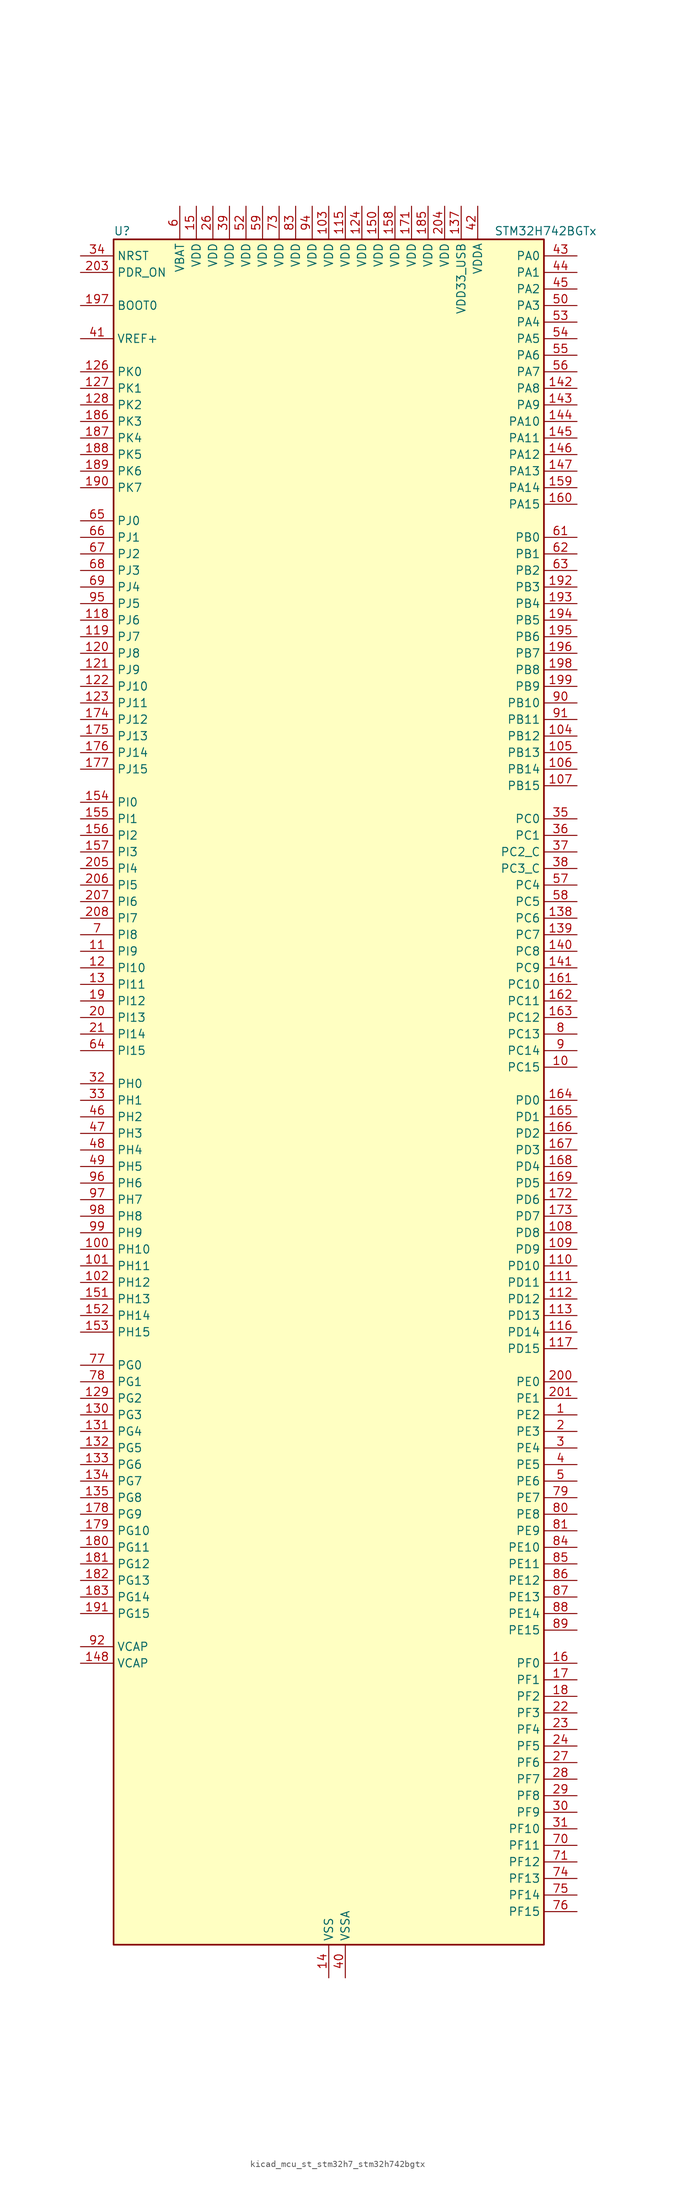
<source format=kicad_sym>
(kicad_symbol_lib
  (version 20220914)
  (generator kicad_symbol_editor)
  (symbol "kicad_mcu_st_stm32h7_stm32h742bgtx"
    (property "Reference" "U"
      (at -33.02 133.35 0)
      (effects (font (size 1.27 1.27)) (justify left)))
    (property "Value" "STM32H742BGTx"
      (at 25.4 133.35 0)
      (effects (font (size 1.27 1.27)) (justify left)))
    (property "ki_locked" ""
      (at 0 0 0)
      (effects (font (size 1.27 1.27))))
    (symbol "kicad_mcu_st_stm32h7_stm32h742bgtx_0_1"
      (rectangle (start -33.02 -129.54) (end 33.02 132.08) (stroke (width 0.254) (type default)) (fill (type background))))
    (symbol "kicad_mcu_st_stm32h7_stm32h742bgtx_1_1"
      (pin bidirectional line (at 38.1 -48.26 180) (length 5.08) (name "PE2" (effects (font (size 1.27 1.27)))) (number "1" (effects (font (size 1.27 1.27)))) (alternate "DEBUG_TRACECLK" bidirectional line) (alternate "ETH_TXD3" bidirectional line) (alternate "FMC_A23" bidirectional line) (alternate "QUADSPI_BK1_IO2" bidirectional line) (alternate "SAI1_CK1" bidirectional line) (alternate "SAI1_MCLK_A" bidirectional line) (alternate "SAI4_CK1" bidirectional line) (alternate "SAI4_MCLK_A" bidirectional line) (alternate "SPI4_SCK" bidirectional line))
      (pin bidirectional line (at 38.1 5.08 180) (length 5.08) (name "PC15" (effects (font (size 1.27 1.27)))) (number "10" (effects (font (size 1.27 1.27)))) (alternate "ADC1_EXTI15" bidirectional line) (alternate "ADC2_EXTI15" bidirectional line) (alternate "ADC3_EXTI15" bidirectional line) (alternate "RCC_OSC32_OUT" bidirectional line))
      (pin bidirectional line (at -38.1 -22.86 0) (length 5.08) (name "PH10" (effects (font (size 1.27 1.27)))) (number "100" (effects (font (size 1.27 1.27)))) (alternate "DCMI_D1" bidirectional line) (alternate "FMC_D18" bidirectional line) (alternate "I2C4_SMBA" bidirectional line) (alternate "TIM5_CH1" bidirectional line))
      (pin bidirectional line (at -38.1 -25.4 0) (length 5.08) (name "PH11" (effects (font (size 1.27 1.27)))) (number "101" (effects (font (size 1.27 1.27)))) (alternate "ADC1_EXTI11" bidirectional line) (alternate "ADC2_EXTI11" bidirectional line) (alternate "ADC3_EXTI11" bidirectional line) (alternate "DCMI_D2" bidirectional line) (alternate "FMC_D19" bidirectional line) (alternate "I2C4_SCL" bidirectional line) (alternate "TIM5_CH2" bidirectional line))
      (pin bidirectional line (at -38.1 -27.94 0) (length 5.08) (name "PH12" (effects (font (size 1.27 1.27)))) (number "102" (effects (font (size 1.27 1.27)))) (alternate "DCMI_D3" bidirectional line) (alternate "FMC_D20" bidirectional line) (alternate "I2C4_SDA" bidirectional line) (alternate "TIM5_CH3" bidirectional line))
      (pin power_in line (at 0 137.16 270) (length 5.08) (name "VDD" (effects (font (size 1.27 1.27)))) (number "103" (effects (font (size 1.27 1.27)))))
      (pin bidirectional line (at 38.1 55.88 180) (length 5.08) (name "PB12" (effects (font (size 1.27 1.27)))) (number "104" (effects (font (size 1.27 1.27)))) (alternate "DFSDM1_DATIN1" bidirectional line) (alternate "ETH_TXD0" bidirectional line) (alternate "FDCAN2_RX" bidirectional line) (alternate "I2C2_SMBA" bidirectional line) (alternate "I2S2_WS" bidirectional line) (alternate "SPI2_NSS" bidirectional line) (alternate "TIM1_BKIN" bidirectional line) (alternate "TIM1_BKIN_COMP1" bidirectional line) (alternate "TIM1_BKIN_COMP2" bidirectional line) (alternate "UART5_RX" bidirectional line) (alternate "USART3_CK" bidirectional line) (alternate "USB_OTG_HS_ID" bidirectional line) (alternate "USB_OTG_HS_ULPI_D5" bidirectional line))
      (pin bidirectional line (at 38.1 53.34 180) (length 5.08) (name "PB13" (effects (font (size 1.27 1.27)))) (number "105" (effects (font (size 1.27 1.27)))) (alternate "DFSDM1_CKIN1" bidirectional line) (alternate "ETH_TXD1" bidirectional line) (alternate "FDCAN2_TX" bidirectional line) (alternate "I2S2_CK" bidirectional line) (alternate "LPTIM2_OUT" bidirectional line) (alternate "SPI2_SCK" bidirectional line) (alternate "TIM1_CH1N" bidirectional line) (alternate "UART5_TX" bidirectional line) (alternate "USART3_CTS" bidirectional line) (alternate "USART3_NSS" bidirectional line) (alternate "USB_OTG_HS_ULPI_D6" bidirectional line) (alternate "USB_OTG_HS_VBUS" bidirectional line))
      (pin bidirectional line (at 38.1 50.8 180) (length 5.08) (name "PB14" (effects (font (size 1.27 1.27)))) (number "106" (effects (font (size 1.27 1.27)))) (alternate "DFSDM1_DATIN2" bidirectional line) (alternate "I2S2_SDI" bidirectional line) (alternate "SDMMC2_D0" bidirectional line) (alternate "SPI2_MISO" bidirectional line) (alternate "TIM12_CH1" bidirectional line) (alternate "TIM1_CH2N" bidirectional line) (alternate "TIM8_CH2N" bidirectional line) (alternate "UART4_DE" bidirectional line) (alternate "UART4_RTS" bidirectional line) (alternate "USART1_TX" bidirectional line) (alternate "USART3_DE" bidirectional line) (alternate "USART3_RTS" bidirectional line) (alternate "USB_OTG_HS_DM" bidirectional line))
      (pin bidirectional line (at 38.1 48.26 180) (length 5.08) (name "PB15" (effects (font (size 1.27 1.27)))) (number "107" (effects (font (size 1.27 1.27)))) (alternate "ADC1_EXTI15" bidirectional line) (alternate "ADC2_EXTI15" bidirectional line) (alternate "ADC3_EXTI15" bidirectional line) (alternate "DFSDM1_CKIN2" bidirectional line) (alternate "I2S2_SDO" bidirectional line) (alternate "RTC_REFIN" bidirectional line) (alternate "SDMMC2_D1" bidirectional line) (alternate "SPI2_MOSI" bidirectional line) (alternate "TIM12_CH2" bidirectional line) (alternate "TIM1_CH3N" bidirectional line) (alternate "TIM8_CH3N" bidirectional line) (alternate "UART4_CTS" bidirectional line) (alternate "USART1_RX" bidirectional line) (alternate "USB_OTG_HS_DP" bidirectional line))
      (pin bidirectional line (at 38.1 -20.32 180) (length 5.08) (name "PD8" (effects (font (size 1.27 1.27)))) (number "108" (effects (font (size 1.27 1.27)))) (alternate "DFSDM1_CKIN3" bidirectional line) (alternate "FMC_D13" bidirectional line) (alternate "FMC_DA13" bidirectional line) (alternate "SAI3_SCK_B" bidirectional line) (alternate "SPDIFRX1_IN1" bidirectional line) (alternate "USART3_TX" bidirectional line))
      (pin bidirectional line (at 38.1 -22.86 180) (length 5.08) (name "PD9" (effects (font (size 1.27 1.27)))) (number "109" (effects (font (size 1.27 1.27)))) (alternate "DAC1_EXTI9" bidirectional line) (alternate "DFSDM1_DATIN3" bidirectional line) (alternate "FMC_D14" bidirectional line) (alternate "FMC_DA14" bidirectional line) (alternate "SAI3_SD_B" bidirectional line) (alternate "USART3_RX" bidirectional line))
      (pin bidirectional line (at -38.1 22.86 0) (length 5.08) (name "PI9" (effects (font (size 1.27 1.27)))) (number "11" (effects (font (size 1.27 1.27)))) (alternate "DAC1_EXTI9" bidirectional line) (alternate "FDCAN1_RX" bidirectional line) (alternate "FMC_D30" bidirectional line) (alternate "UART4_RX" bidirectional line))
      (pin bidirectional line (at 38.1 -25.4 180) (length 5.08) (name "PD10" (effects (font (size 1.27 1.27)))) (number "110" (effects (font (size 1.27 1.27)))) (alternate "DFSDM1_CKOUT" bidirectional line) (alternate "FMC_D15" bidirectional line) (alternate "FMC_DA15" bidirectional line) (alternate "SAI3_FS_B" bidirectional line) (alternate "USART3_CK" bidirectional line))
      (pin bidirectional line (at 38.1 -27.94 180) (length 5.08) (name "PD11" (effects (font (size 1.27 1.27)))) (number "111" (effects (font (size 1.27 1.27)))) (alternate "ADC1_EXTI11" bidirectional line) (alternate "ADC2_EXTI11" bidirectional line) (alternate "ADC3_EXTI11" bidirectional line) (alternate "FMC_A16" bidirectional line) (alternate "FMC_CLE" bidirectional line) (alternate "I2C4_SMBA" bidirectional line) (alternate "LPTIM2_IN2" bidirectional line) (alternate "QUADSPI_BK1_IO0" bidirectional line) (alternate "SAI2_SD_A" bidirectional line) (alternate "USART3_CTS" bidirectional line) (alternate "USART3_NSS" bidirectional line))
      (pin bidirectional line (at 38.1 -30.48 180) (length 5.08) (name "PD12" (effects (font (size 1.27 1.27)))) (number "112" (effects (font (size 1.27 1.27)))) (alternate "FMC_A17" bidirectional line) (alternate "FMC_ALE" bidirectional line) (alternate "I2C4_SCL" bidirectional line) (alternate "LPTIM1_IN1" bidirectional line) (alternate "LPTIM2_IN1" bidirectional line) (alternate "QUADSPI_BK1_IO1" bidirectional line) (alternate "SAI2_FS_A" bidirectional line) (alternate "TIM4_CH1" bidirectional line) (alternate "USART3_DE" bidirectional line) (alternate "USART3_RTS" bidirectional line))
      (pin bidirectional line (at 38.1 -33.02 180) (length 5.08) (name "PD13" (effects (font (size 1.27 1.27)))) (number "113" (effects (font (size 1.27 1.27)))) (alternate "FMC_A18" bidirectional line) (alternate "I2C4_SDA" bidirectional line) (alternate "LPTIM1_OUT" bidirectional line) (alternate "QUADSPI_BK1_IO3" bidirectional line) (alternate "SAI2_SCK_A" bidirectional line) (alternate "TIM4_CH2" bidirectional line))
      (pin passive line (at 0 -134.62 90) (length 5.08) hide (name "VSS" (effects (font (size 1.27 1.27)))) (number "114" (effects (font (size 1.27 1.27)))))
      (pin power_in line (at 2.54 137.16 270) (length 5.08) (name "VDD" (effects (font (size 1.27 1.27)))) (number "115" (effects (font (size 1.27 1.27)))))
      (pin bidirectional line (at 38.1 -35.56 180) (length 5.08) (name "PD14" (effects (font (size 1.27 1.27)))) (number "116" (effects (font (size 1.27 1.27)))) (alternate "FMC_D0" bidirectional line) (alternate "FMC_DA0" bidirectional line) (alternate "SAI3_MCLK_B" bidirectional line) (alternate "TIM4_CH3" bidirectional line) (alternate "UART8_CTS" bidirectional line))
      (pin bidirectional line (at 38.1 -38.1 180) (length 5.08) (name "PD15" (effects (font (size 1.27 1.27)))) (number "117" (effects (font (size 1.27 1.27)))) (alternate "ADC1_EXTI15" bidirectional line) (alternate "ADC2_EXTI15" bidirectional line) (alternate "ADC3_EXTI15" bidirectional line) (alternate "FMC_D1" bidirectional line) (alternate "FMC_DA1" bidirectional line) (alternate "SAI3_MCLK_A" bidirectional line) (alternate "TIM4_CH4" bidirectional line) (alternate "UART8_DE" bidirectional line) (alternate "UART8_RTS" bidirectional line))
      (pin bidirectional line (at -38.1 73.66 0) (length 5.08) (name "PJ6" (effects (font (size 1.27 1.27)))) (number "118" (effects (font (size 1.27 1.27)))) (alternate "TIM8_CH2" bidirectional line))
      (pin bidirectional line (at -38.1 71.12 0) (length 5.08) (name "PJ7" (effects (font (size 1.27 1.27)))) (number "119" (effects (font (size 1.27 1.27)))) (alternate "DEBUG_TRGIN" bidirectional line) (alternate "TIM8_CH2N" bidirectional line))
      (pin bidirectional line (at -38.1 20.32 0) (length 5.08) (name "PI10" (effects (font (size 1.27 1.27)))) (number "12" (effects (font (size 1.27 1.27)))) (alternate "ETH_RX_ER" bidirectional line) (alternate "FMC_D31" bidirectional line))
      (pin bidirectional line (at -38.1 68.58 0) (length 5.08) (name "PJ8" (effects (font (size 1.27 1.27)))) (number "120" (effects (font (size 1.27 1.27)))) (alternate "TIM1_CH3N" bidirectional line) (alternate "TIM8_CH1" bidirectional line) (alternate "UART8_TX" bidirectional line))
      (pin bidirectional line (at -38.1 66.04 0) (length 5.08) (name "PJ9" (effects (font (size 1.27 1.27)))) (number "121" (effects (font (size 1.27 1.27)))) (alternate "DAC1_EXTI9" bidirectional line) (alternate "TIM1_CH3" bidirectional line) (alternate "TIM8_CH1N" bidirectional line) (alternate "UART8_RX" bidirectional line))
      (pin bidirectional line (at -38.1 63.5 0) (length 5.08) (name "PJ10" (effects (font (size 1.27 1.27)))) (number "122" (effects (font (size 1.27 1.27)))) (alternate "SPI5_MOSI" bidirectional line) (alternate "TIM1_CH2N" bidirectional line) (alternate "TIM8_CH2" bidirectional line))
      (pin bidirectional line (at -38.1 60.96 0) (length 5.08) (name "PJ11" (effects (font (size 1.27 1.27)))) (number "123" (effects (font (size 1.27 1.27)))) (alternate "ADC1_EXTI11" bidirectional line) (alternate "ADC2_EXTI11" bidirectional line) (alternate "ADC3_EXTI11" bidirectional line) (alternate "SPI5_MISO" bidirectional line) (alternate "TIM1_CH2" bidirectional line) (alternate "TIM8_CH2N" bidirectional line))
      (pin power_in line (at 5.08 137.16 270) (length 5.08) (name "VDD" (effects (font (size 1.27 1.27)))) (number "124" (effects (font (size 1.27 1.27)))))
      (pin passive line (at 0 -134.62 90) (length 5.08) hide (name "VSS" (effects (font (size 1.27 1.27)))) (number "125" (effects (font (size 1.27 1.27)))))
      (pin bidirectional line (at -38.1 111.76 0) (length 5.08) (name "PK0" (effects (font (size 1.27 1.27)))) (number "126" (effects (font (size 1.27 1.27)))) (alternate "SPI5_SCK" bidirectional line) (alternate "TIM1_CH1N" bidirectional line) (alternate "TIM8_CH3" bidirectional line))
      (pin bidirectional line (at -38.1 109.22 0) (length 5.08) (name "PK1" (effects (font (size 1.27 1.27)))) (number "127" (effects (font (size 1.27 1.27)))) (alternate "SPI5_NSS" bidirectional line) (alternate "TIM1_CH1" bidirectional line) (alternate "TIM8_CH3N" bidirectional line))
      (pin bidirectional line (at -38.1 106.68 0) (length 5.08) (name "PK2" (effects (font (size 1.27 1.27)))) (number "128" (effects (font (size 1.27 1.27)))) (alternate "TIM1_BKIN" bidirectional line) (alternate "TIM1_BKIN_COMP1" bidirectional line) (alternate "TIM1_BKIN_COMP2" bidirectional line) (alternate "TIM8_BKIN" bidirectional line) (alternate "TIM8_BKIN_COMP1" bidirectional line) (alternate "TIM8_BKIN_COMP2" bidirectional line))
      (pin bidirectional line (at -38.1 -45.72 0) (length 5.08) (name "PG2" (effects (font (size 1.27 1.27)))) (number "129" (effects (font (size 1.27 1.27)))) (alternate "FMC_A12" bidirectional line) (alternate "TIM8_BKIN" bidirectional line) (alternate "TIM8_BKIN_COMP1" bidirectional line) (alternate "TIM8_BKIN_COMP2" bidirectional line))
      (pin bidirectional line (at -38.1 17.78 0) (length 5.08) (name "PI11" (effects (font (size 1.27 1.27)))) (number "13" (effects (font (size 1.27 1.27)))) (alternate "ADC1_EXTI11" bidirectional line) (alternate "ADC2_EXTI11" bidirectional line) (alternate "ADC3_EXTI11" bidirectional line) (alternate "PWR_WKUP4" bidirectional line) (alternate "USB_OTG_HS_ULPI_DIR" bidirectional line))
      (pin bidirectional line (at -38.1 -48.26 0) (length 5.08) (name "PG3" (effects (font (size 1.27 1.27)))) (number "130" (effects (font (size 1.27 1.27)))) (alternate "FMC_A13" bidirectional line) (alternate "TIM8_BKIN2" bidirectional line) (alternate "TIM8_BKIN2_COMP1" bidirectional line) (alternate "TIM8_BKIN2_COMP2" bidirectional line))
      (pin bidirectional line (at -38.1 -50.8 0) (length 5.08) (name "PG4" (effects (font (size 1.27 1.27)))) (number "131" (effects (font (size 1.27 1.27)))) (alternate "FMC_A14" bidirectional line) (alternate "FMC_BA0" bidirectional line) (alternate "TIM1_BKIN2" bidirectional line) (alternate "TIM1_BKIN2_COMP1" bidirectional line) (alternate "TIM1_BKIN2_COMP2" bidirectional line))
      (pin bidirectional line (at -38.1 -53.34 0) (length 5.08) (name "PG5" (effects (font (size 1.27 1.27)))) (number "132" (effects (font (size 1.27 1.27)))) (alternate "FMC_A15" bidirectional line) (alternate "FMC_BA1" bidirectional line) (alternate "TIM1_ETR" bidirectional line))
      (pin bidirectional line (at -38.1 -55.88 0) (length 5.08) (name "PG6" (effects (font (size 1.27 1.27)))) (number "133" (effects (font (size 1.27 1.27)))) (alternate "DCMI_D12" bidirectional line) (alternate "FMC_NE3" bidirectional line) (alternate "HRTIM_CHE1" bidirectional line) (alternate "QUADSPI_BK1_NCS" bidirectional line) (alternate "TIM17_BKIN" bidirectional line))
      (pin bidirectional line (at -38.1 -58.42 0) (length 5.08) (name "PG7" (effects (font (size 1.27 1.27)))) (number "134" (effects (font (size 1.27 1.27)))) (alternate "DCMI_D13" bidirectional line) (alternate "FMC_INT" bidirectional line) (alternate "HRTIM_CHE2" bidirectional line) (alternate "SAI1_MCLK_A" bidirectional line) (alternate "USART6_CK" bidirectional line))
      (pin bidirectional line (at -38.1 -60.96 0) (length 5.08) (name "PG8" (effects (font (size 1.27 1.27)))) (number "135" (effects (font (size 1.27 1.27)))) (alternate "ETH_PPS_OUT" bidirectional line) (alternate "FMC_SDCLK" bidirectional line) (alternate "SPDIFRX1_IN2" bidirectional line) (alternate "SPI6_NSS" bidirectional line) (alternate "TIM8_ETR" bidirectional line) (alternate "USART6_DE" bidirectional line) (alternate "USART6_RTS" bidirectional line))
      (pin passive line (at 0 -134.62 90) (length 5.08) hide (name "VSS" (effects (font (size 1.27 1.27)))) (number "136" (effects (font (size 1.27 1.27)))))
      (pin power_in line (at 20.32 137.16 270) (length 5.08) (name "VDD33_USB" (effects (font (size 1.27 1.27)))) (number "137" (effects (font (size 1.27 1.27)))))
      (pin bidirectional line (at 38.1 27.94 180) (length 5.08) (name "PC6" (effects (font (size 1.27 1.27)))) (number "138" (effects (font (size 1.27 1.27)))) (alternate "DCMI_D0" bidirectional line) (alternate "DFSDM1_CKIN3" bidirectional line) (alternate "FMC_NWAIT" bidirectional line) (alternate "HRTIM_CHA1" bidirectional line) (alternate "I2S2_MCK" bidirectional line) (alternate "SDMMC1_D0DIR" bidirectional line) (alternate "SDMMC1_D6" bidirectional line) (alternate "SDMMC2_D6" bidirectional line) (alternate "SWPMI1_IO" bidirectional line) (alternate "TIM3_CH1" bidirectional line) (alternate "TIM8_CH1" bidirectional line) (alternate "USART6_TX" bidirectional line))
      (pin bidirectional line (at 38.1 25.4 180) (length 5.08) (name "PC7" (effects (font (size 1.27 1.27)))) (number "139" (effects (font (size 1.27 1.27)))) (alternate "DCMI_D1" bidirectional line) (alternate "DEBUG_TRGIO" bidirectional line) (alternate "DFSDM1_DATIN3" bidirectional line) (alternate "FMC_NE1" bidirectional line) (alternate "HRTIM_CHA2" bidirectional line) (alternate "I2S3_MCK" bidirectional line) (alternate "SDMMC1_D123DIR" bidirectional line) (alternate "SDMMC1_D7" bidirectional line) (alternate "SDMMC2_D7" bidirectional line) (alternate "SWPMI1_TX" bidirectional line) (alternate "TIM3_CH2" bidirectional line) (alternate "TIM8_CH2" bidirectional line) (alternate "USART6_RX" bidirectional line))
      (pin power_in line (at 0 -134.62 90) (length 5.08) (name "VSS" (effects (font (size 1.27 1.27)))) (number "14" (effects (font (size 1.27 1.27)))))
      (pin bidirectional line (at 38.1 22.86 180) (length 5.08) (name "PC8" (effects (font (size 1.27 1.27)))) (number "140" (effects (font (size 1.27 1.27)))) (alternate "DCMI_D2" bidirectional line) (alternate "DEBUG_TRACED1" bidirectional line) (alternate "FMC_NCE" bidirectional line) (alternate "FMC_NE2" bidirectional line) (alternate "HRTIM_CHB1" bidirectional line) (alternate "SDMMC1_D0" bidirectional line) (alternate "SWPMI1_RX" bidirectional line) (alternate "TIM3_CH3" bidirectional line) (alternate "TIM8_CH3" bidirectional line) (alternate "UART5_DE" bidirectional line) (alternate "UART5_RTS" bidirectional line) (alternate "USART6_CK" bidirectional line))
      (pin bidirectional line (at 38.1 20.32 180) (length 5.08) (name "PC9" (effects (font (size 1.27 1.27)))) (number "141" (effects (font (size 1.27 1.27)))) (alternate "DAC1_EXTI9" bidirectional line) (alternate "DCMI_D3" bidirectional line) (alternate "I2C3_SDA" bidirectional line) (alternate "I2S_CKIN" bidirectional line) (alternate "QUADSPI_BK1_IO0" bidirectional line) (alternate "RCC_MCO_2" bidirectional line) (alternate "SDMMC1_D1" bidirectional line) (alternate "SWPMI1_SUSPEND" bidirectional line) (alternate "TIM3_CH4" bidirectional line) (alternate "TIM8_CH4" bidirectional line) (alternate "UART5_CTS" bidirectional line))
      (pin bidirectional line (at 38.1 109.22 180) (length 5.08) (name "PA8" (effects (font (size 1.27 1.27)))) (number "142" (effects (font (size 1.27 1.27)))) (alternate "HRTIM_CHB2" bidirectional line) (alternate "I2C3_SCL" bidirectional line) (alternate "RCC_MCO_1" bidirectional line) (alternate "TIM1_CH1" bidirectional line) (alternate "TIM8_BKIN2" bidirectional line) (alternate "TIM8_BKIN2_COMP1" bidirectional line) (alternate "TIM8_BKIN2_COMP2" bidirectional line) (alternate "UART7_RX" bidirectional line) (alternate "USART1_CK" bidirectional line) (alternate "USB_OTG_FS_SOF" bidirectional line))
      (pin bidirectional line (at 38.1 106.68 180) (length 5.08) (name "PA9" (effects (font (size 1.27 1.27)))) (number "143" (effects (font (size 1.27 1.27)))) (alternate "DAC1_EXTI9" bidirectional line) (alternate "DCMI_D0" bidirectional line) (alternate "HRTIM_CHC1" bidirectional line) (alternate "I2C3_SMBA" bidirectional line) (alternate "I2S2_CK" bidirectional line) (alternate "LPUART1_TX" bidirectional line) (alternate "SPI2_SCK" bidirectional line) (alternate "TIM1_CH2" bidirectional line) (alternate "USART1_TX" bidirectional line) (alternate "USB_OTG_FS_VBUS" bidirectional line))
      (pin bidirectional line (at 38.1 104.14 180) (length 5.08) (name "PA10" (effects (font (size 1.27 1.27)))) (number "144" (effects (font (size 1.27 1.27)))) (alternate "DCMI_D1" bidirectional line) (alternate "HRTIM_CHC2" bidirectional line) (alternate "LPUART1_RX" bidirectional line) (alternate "MDIOS_MDIO" bidirectional line) (alternate "TIM1_CH3" bidirectional line) (alternate "USART1_RX" bidirectional line) (alternate "USB_OTG_FS_ID" bidirectional line))
      (pin bidirectional line (at 38.1 101.6 180) (length 5.08) (name "PA11" (effects (font (size 1.27 1.27)))) (number "145" (effects (font (size 1.27 1.27)))) (alternate "ADC1_EXTI11" bidirectional line) (alternate "ADC2_EXTI11" bidirectional line) (alternate "ADC3_EXTI11" bidirectional line) (alternate "FDCAN1_RX" bidirectional line) (alternate "HRTIM_CHD1" bidirectional line) (alternate "I2S2_WS" bidirectional line) (alternate "LPUART1_CTS" bidirectional line) (alternate "SPI2_NSS" bidirectional line) (alternate "TIM1_CH4" bidirectional line) (alternate "UART4_RX" bidirectional line) (alternate "USART1_CTS" bidirectional line) (alternate "USART1_NSS" bidirectional line) (alternate "USB_OTG_FS_DM" bidirectional line))
      (pin bidirectional line (at 38.1 99.06 180) (length 5.08) (name "PA12" (effects (font (size 1.27 1.27)))) (number "146" (effects (font (size 1.27 1.27)))) (alternate "FDCAN1_TX" bidirectional line) (alternate "HRTIM_CHD2" bidirectional line) (alternate "I2S2_CK" bidirectional line) (alternate "LPUART1_DE" bidirectional line) (alternate "LPUART1_RTS" bidirectional line) (alternate "SAI2_FS_B" bidirectional line) (alternate "SPI2_SCK" bidirectional line) (alternate "TIM1_ETR" bidirectional line) (alternate "UART4_TX" bidirectional line) (alternate "USART1_DE" bidirectional line) (alternate "USART1_RTS" bidirectional line) (alternate "USB_OTG_FS_DP" bidirectional line))
      (pin bidirectional line (at 38.1 96.52 180) (length 5.08) (name "PA13" (effects (font (size 1.27 1.27)))) (number "147" (effects (font (size 1.27 1.27)))) (alternate "DEBUG_JTMS-SWDIO" bidirectional line))
      (pin power_out line (at -38.1 -86.36 0) (length 5.08) (name "VCAP" (effects (font (size 1.27 1.27)))) (number "148" (effects (font (size 1.27 1.27)))))
      (pin passive line (at 0 -134.62 90) (length 5.08) hide (name "VSS" (effects (font (size 1.27 1.27)))) (number "149" (effects (font (size 1.27 1.27)))))
      (pin power_in line (at -20.32 137.16 270) (length 5.08) (name "VDD" (effects (font (size 1.27 1.27)))) (number "15" (effects (font (size 1.27 1.27)))))
      (pin power_in line (at 7.62 137.16 270) (length 5.08) (name "VDD" (effects (font (size 1.27 1.27)))) (number "150" (effects (font (size 1.27 1.27)))))
      (pin bidirectional line (at -38.1 -30.48 0) (length 5.08) (name "PH13" (effects (font (size 1.27 1.27)))) (number "151" (effects (font (size 1.27 1.27)))) (alternate "FDCAN1_TX" bidirectional line) (alternate "FMC_D21" bidirectional line) (alternate "TIM8_CH1N" bidirectional line) (alternate "UART4_TX" bidirectional line))
      (pin bidirectional line (at -38.1 -33.02 0) (length 5.08) (name "PH14" (effects (font (size 1.27 1.27)))) (number "152" (effects (font (size 1.27 1.27)))) (alternate "DCMI_D4" bidirectional line) (alternate "FDCAN1_RX" bidirectional line) (alternate "FMC_D22" bidirectional line) (alternate "TIM8_CH2N" bidirectional line) (alternate "UART4_RX" bidirectional line))
      (pin bidirectional line (at -38.1 -35.56 0) (length 5.08) (name "PH15" (effects (font (size 1.27 1.27)))) (number "153" (effects (font (size 1.27 1.27)))) (alternate "ADC1_EXTI15" bidirectional line) (alternate "ADC2_EXTI15" bidirectional line) (alternate "ADC3_EXTI15" bidirectional line) (alternate "DCMI_D11" bidirectional line) (alternate "FMC_D23" bidirectional line) (alternate "TIM8_CH3N" bidirectional line))
      (pin bidirectional line (at -38.1 45.72 0) (length 5.08) (name "PI0" (effects (font (size 1.27 1.27)))) (number "154" (effects (font (size 1.27 1.27)))) (alternate "DCMI_D13" bidirectional line) (alternate "FMC_D24" bidirectional line) (alternate "I2S2_WS" bidirectional line) (alternate "SPI2_NSS" bidirectional line) (alternate "TIM5_CH4" bidirectional line))
      (pin bidirectional line (at -38.1 43.18 0) (length 5.08) (name "PI1" (effects (font (size 1.27 1.27)))) (number "155" (effects (font (size 1.27 1.27)))) (alternate "DCMI_D8" bidirectional line) (alternate "FMC_D25" bidirectional line) (alternate "I2S2_CK" bidirectional line) (alternate "SPI2_SCK" bidirectional line) (alternate "TIM8_BKIN2" bidirectional line) (alternate "TIM8_BKIN2_COMP1" bidirectional line) (alternate "TIM8_BKIN2_COMP2" bidirectional line))
      (pin bidirectional line (at -38.1 40.64 0) (length 5.08) (name "PI2" (effects (font (size 1.27 1.27)))) (number "156" (effects (font (size 1.27 1.27)))) (alternate "DCMI_D9" bidirectional line) (alternate "FMC_D26" bidirectional line) (alternate "I2S2_SDI" bidirectional line) (alternate "SPI2_MISO" bidirectional line) (alternate "TIM8_CH4" bidirectional line))
      (pin bidirectional line (at -38.1 38.1 0) (length 5.08) (name "PI3" (effects (font (size 1.27 1.27)))) (number "157" (effects (font (size 1.27 1.27)))) (alternate "DCMI_D10" bidirectional line) (alternate "FMC_D27" bidirectional line) (alternate "I2S2_SDO" bidirectional line) (alternate "SPI2_MOSI" bidirectional line) (alternate "TIM8_ETR" bidirectional line))
      (pin power_in line (at 10.16 137.16 270) (length 5.08) (name "VDD" (effects (font (size 1.27 1.27)))) (number "158" (effects (font (size 1.27 1.27)))))
      (pin bidirectional line (at 38.1 93.98 180) (length 5.08) (name "PA14" (effects (font (size 1.27 1.27)))) (number "159" (effects (font (size 1.27 1.27)))) (alternate "DEBUG_JTCK-SWCLK" bidirectional line))
      (pin bidirectional line (at 38.1 -86.36 180) (length 5.08) (name "PF0" (effects (font (size 1.27 1.27)))) (number "16" (effects (font (size 1.27 1.27)))) (alternate "FMC_A0" bidirectional line) (alternate "I2C2_SDA" bidirectional line))
      (pin bidirectional line (at 38.1 91.44 180) (length 5.08) (name "PA15" (effects (font (size 1.27 1.27)))) (number "160" (effects (font (size 1.27 1.27)))) (alternate "ADC1_EXTI15" bidirectional line) (alternate "ADC2_EXTI15" bidirectional line) (alternate "ADC3_EXTI15" bidirectional line) (alternate "CEC" bidirectional line) (alternate "DEBUG_JTDI" bidirectional line) (alternate "HRTIM_FLT1" bidirectional line) (alternate "I2S1_WS" bidirectional line) (alternate "I2S3_WS" bidirectional line) (alternate "SPI1_NSS" bidirectional line) (alternate "SPI3_NSS" bidirectional line) (alternate "SPI6_NSS" bidirectional line) (alternate "TIM2_CH1" bidirectional line) (alternate "TIM2_ETR" bidirectional line) (alternate "UART4_DE" bidirectional line) (alternate "UART4_RTS" bidirectional line) (alternate "UART7_TX" bidirectional line))
      (pin bidirectional line (at 38.1 17.78 180) (length 5.08) (name "PC10" (effects (font (size 1.27 1.27)))) (number "161" (effects (font (size 1.27 1.27)))) (alternate "DCMI_D8" bidirectional line) (alternate "DFSDM1_CKIN5" bidirectional line) (alternate "HRTIM_EEV1" bidirectional line) (alternate "I2S3_CK" bidirectional line) (alternate "QUADSPI_BK1_IO1" bidirectional line) (alternate "SDMMC1_D2" bidirectional line) (alternate "SPI3_SCK" bidirectional line) (alternate "UART4_TX" bidirectional line) (alternate "USART3_TX" bidirectional line))
      (pin bidirectional line (at 38.1 15.24 180) (length 5.08) (name "PC11" (effects (font (size 1.27 1.27)))) (number "162" (effects (font (size 1.27 1.27)))) (alternate "ADC1_EXTI11" bidirectional line) (alternate "ADC2_EXTI11" bidirectional line) (alternate "ADC3_EXTI11" bidirectional line) (alternate "DCMI_D4" bidirectional line) (alternate "DFSDM1_DATIN5" bidirectional line) (alternate "HRTIM_FLT2" bidirectional line) (alternate "I2S3_SDI" bidirectional line) (alternate "QUADSPI_BK2_NCS" bidirectional line) (alternate "SDMMC1_D3" bidirectional line) (alternate "SPI3_MISO" bidirectional line) (alternate "UART4_RX" bidirectional line) (alternate "USART3_RX" bidirectional line))
      (pin bidirectional line (at 38.1 12.7 180) (length 5.08) (name "PC12" (effects (font (size 1.27 1.27)))) (number "163" (effects (font (size 1.27 1.27)))) (alternate "DCMI_D9" bidirectional line) (alternate "DEBUG_TRACED3" bidirectional line) (alternate "HRTIM_EEV2" bidirectional line) (alternate "I2S3_SDO" bidirectional line) (alternate "SDMMC1_CK" bidirectional line) (alternate "SPI3_MOSI" bidirectional line) (alternate "UART5_TX" bidirectional line) (alternate "USART3_CK" bidirectional line))
      (pin bidirectional line (at 38.1 0 180) (length 5.08) (name "PD0" (effects (font (size 1.27 1.27)))) (number "164" (effects (font (size 1.27 1.27)))) (alternate "DFSDM1_CKIN6" bidirectional line) (alternate "FDCAN1_RX" bidirectional line) (alternate "FMC_D2" bidirectional line) (alternate "FMC_DA2" bidirectional line) (alternate "SAI3_SCK_A" bidirectional line) (alternate "UART4_RX" bidirectional line))
      (pin bidirectional line (at 38.1 -2.54 180) (length 5.08) (name "PD1" (effects (font (size 1.27 1.27)))) (number "165" (effects (font (size 1.27 1.27)))) (alternate "DFSDM1_DATIN6" bidirectional line) (alternate "FDCAN1_TX" bidirectional line) (alternate "FMC_D3" bidirectional line) (alternate "FMC_DA3" bidirectional line) (alternate "SAI3_SD_A" bidirectional line) (alternate "UART4_TX" bidirectional line))
      (pin bidirectional line (at 38.1 -5.08 180) (length 5.08) (name "PD2" (effects (font (size 1.27 1.27)))) (number "166" (effects (font (size 1.27 1.27)))) (alternate "DCMI_D11" bidirectional line) (alternate "DEBUG_TRACED2" bidirectional line) (alternate "SDMMC1_CMD" bidirectional line) (alternate "TIM3_ETR" bidirectional line) (alternate "UART5_RX" bidirectional line))
      (pin bidirectional line (at 38.1 -7.62 180) (length 5.08) (name "PD3" (effects (font (size 1.27 1.27)))) (number "167" (effects (font (size 1.27 1.27)))) (alternate "DCMI_D5" bidirectional line) (alternate "DFSDM1_CKOUT" bidirectional line) (alternate "FMC_CLK" bidirectional line) (alternate "I2S2_CK" bidirectional line) (alternate "SPI2_SCK" bidirectional line) (alternate "USART2_CTS" bidirectional line) (alternate "USART2_NSS" bidirectional line))
      (pin bidirectional line (at 38.1 -10.16 180) (length 5.08) (name "PD4" (effects (font (size 1.27 1.27)))) (number "168" (effects (font (size 1.27 1.27)))) (alternate "FMC_NOE" bidirectional line) (alternate "HRTIM_FLT3" bidirectional line) (alternate "SAI3_FS_A" bidirectional line) (alternate "USART2_DE" bidirectional line) (alternate "USART2_RTS" bidirectional line))
      (pin bidirectional line (at 38.1 -12.7 180) (length 5.08) (name "PD5" (effects (font (size 1.27 1.27)))) (number "169" (effects (font (size 1.27 1.27)))) (alternate "FMC_NWE" bidirectional line) (alternate "HRTIM_EEV3" bidirectional line) (alternate "USART2_TX" bidirectional line))
      (pin bidirectional line (at 38.1 -88.9 180) (length 5.08) (name "PF1" (effects (font (size 1.27 1.27)))) (number "17" (effects (font (size 1.27 1.27)))) (alternate "FMC_A1" bidirectional line) (alternate "I2C2_SCL" bidirectional line))
      (pin passive line (at 0 -134.62 90) (length 5.08) hide (name "VSS" (effects (font (size 1.27 1.27)))) (number "170" (effects (font (size 1.27 1.27)))))
      (pin power_in line (at 12.7 137.16 270) (length 5.08) (name "VDD" (effects (font (size 1.27 1.27)))) (number "171" (effects (font (size 1.27 1.27)))))
      (pin bidirectional line (at 38.1 -15.24 180) (length 5.08) (name "PD6" (effects (font (size 1.27 1.27)))) (number "172" (effects (font (size 1.27 1.27)))) (alternate "DCMI_D10" bidirectional line) (alternate "DFSDM1_CKIN4" bidirectional line) (alternate "DFSDM1_DATIN1" bidirectional line) (alternate "FMC_NWAIT" bidirectional line) (alternate "I2S3_SDO" bidirectional line) (alternate "SAI1_D1" bidirectional line) (alternate "SAI1_SD_A" bidirectional line) (alternate "SAI4_D1" bidirectional line) (alternate "SAI4_SD_A" bidirectional line) (alternate "SDMMC2_CK" bidirectional line) (alternate "SPI3_MOSI" bidirectional line) (alternate "USART2_RX" bidirectional line))
      (pin bidirectional line (at 38.1 -17.78 180) (length 5.08) (name "PD7" (effects (font (size 1.27 1.27)))) (number "173" (effects (font (size 1.27 1.27)))) (alternate "DFSDM1_CKIN1" bidirectional line) (alternate "DFSDM1_DATIN4" bidirectional line) (alternate "FMC_NE1" bidirectional line) (alternate "I2S1_SDO" bidirectional line) (alternate "SDMMC2_CMD" bidirectional line) (alternate "SPDIFRX1_IN0" bidirectional line) (alternate "SPI1_MOSI" bidirectional line) (alternate "USART2_CK" bidirectional line))
      (pin bidirectional line (at -38.1 58.42 0) (length 5.08) (name "PJ12" (effects (font (size 1.27 1.27)))) (number "174" (effects (font (size 1.27 1.27)))) (alternate "DEBUG_TRGOUT" bidirectional line))
      (pin bidirectional line (at -38.1 55.88 0) (length 5.08) (name "PJ13" (effects (font (size 1.27 1.27)))) (number "175" (effects (font (size 1.27 1.27)))))
      (pin bidirectional line (at -38.1 53.34 0) (length 5.08) (name "PJ14" (effects (font (size 1.27 1.27)))) (number "176" (effects (font (size 1.27 1.27)))))
      (pin bidirectional line (at -38.1 50.8 0) (length 5.08) (name "PJ15" (effects (font (size 1.27 1.27)))) (number "177" (effects (font (size 1.27 1.27)))) (alternate "ADC1_EXTI15" bidirectional line) (alternate "ADC2_EXTI15" bidirectional line) (alternate "ADC3_EXTI15" bidirectional line))
      (pin bidirectional line (at -38.1 -63.5 0) (length 5.08) (name "PG9" (effects (font (size 1.27 1.27)))) (number "178" (effects (font (size 1.27 1.27)))) (alternate "DAC1_EXTI9" bidirectional line) (alternate "DCMI_VSYNC" bidirectional line) (alternate "FMC_NCE" bidirectional line) (alternate "FMC_NE2" bidirectional line) (alternate "I2S1_SDI" bidirectional line) (alternate "QUADSPI_BK2_IO2" bidirectional line) (alternate "SAI2_FS_B" bidirectional line) (alternate "SPDIFRX1_IN3" bidirectional line) (alternate "SPI1_MISO" bidirectional line) (alternate "USART6_RX" bidirectional line))
      (pin bidirectional line (at -38.1 -66.04 0) (length 5.08) (name "PG10" (effects (font (size 1.27 1.27)))) (number "179" (effects (font (size 1.27 1.27)))) (alternate "DCMI_D2" bidirectional line) (alternate "FMC_NE3" bidirectional line) (alternate "HRTIM_FLT5" bidirectional line) (alternate "I2S1_WS" bidirectional line) (alternate "SAI2_SD_B" bidirectional line) (alternate "SPI1_NSS" bidirectional line))
      (pin bidirectional line (at 38.1 -91.44 180) (length 5.08) (name "PF2" (effects (font (size 1.27 1.27)))) (number "18" (effects (font (size 1.27 1.27)))) (alternate "FMC_A2" bidirectional line) (alternate "I2C2_SMBA" bidirectional line))
      (pin bidirectional line (at -38.1 -68.58 0) (length 5.08) (name "PG11" (effects (font (size 1.27 1.27)))) (number "180" (effects (font (size 1.27 1.27)))) (alternate "ADC1_EXTI11" bidirectional line) (alternate "ADC2_EXTI11" bidirectional line) (alternate "ADC3_EXTI11" bidirectional line) (alternate "DCMI_D3" bidirectional line) (alternate "ETH_TX_EN" bidirectional line) (alternate "HRTIM_EEV4" bidirectional line) (alternate "I2S1_CK" bidirectional line) (alternate "LPTIM1_IN2" bidirectional line) (alternate "SDMMC2_D2" bidirectional line) (alternate "SPDIFRX1_IN0" bidirectional line) (alternate "SPI1_SCK" bidirectional line))
      (pin bidirectional line (at -38.1 -71.12 0) (length 5.08) (name "PG12" (effects (font (size 1.27 1.27)))) (number "181" (effects (font (size 1.27 1.27)))) (alternate "ETH_TXD1" bidirectional line) (alternate "FMC_NE4" bidirectional line) (alternate "HRTIM_EEV5" bidirectional line) (alternate "LPTIM1_IN1" bidirectional line) (alternate "SPDIFRX1_IN1" bidirectional line) (alternate "SPI6_MISO" bidirectional line) (alternate "USART6_DE" bidirectional line) (alternate "USART6_RTS" bidirectional line))
      (pin bidirectional line (at -38.1 -73.66 0) (length 5.08) (name "PG13" (effects (font (size 1.27 1.27)))) (number "182" (effects (font (size 1.27 1.27)))) (alternate "DEBUG_TRACED0" bidirectional line) (alternate "ETH_TXD0" bidirectional line) (alternate "FMC_A24" bidirectional line) (alternate "HRTIM_EEV10" bidirectional line) (alternate "LPTIM1_OUT" bidirectional line) (alternate "SPI6_SCK" bidirectional line) (alternate "USART6_CTS" bidirectional line) (alternate "USART6_NSS" bidirectional line))
      (pin bidirectional line (at -38.1 -76.2 0) (length 5.08) (name "PG14" (effects (font (size 1.27 1.27)))) (number "183" (effects (font (size 1.27 1.27)))) (alternate "DEBUG_TRACED1" bidirectional line) (alternate "ETH_TXD1" bidirectional line) (alternate "FMC_A25" bidirectional line) (alternate "LPTIM1_ETR" bidirectional line) (alternate "QUADSPI_BK2_IO3" bidirectional line) (alternate "SPI6_MOSI" bidirectional line) (alternate "USART6_TX" bidirectional line))
      (pin passive line (at 0 -134.62 90) (length 5.08) hide (name "VSS" (effects (font (size 1.27 1.27)))) (number "184" (effects (font (size 1.27 1.27)))))
      (pin power_in line (at 15.24 137.16 270) (length 5.08) (name "VDD" (effects (font (size 1.27 1.27)))) (number "185" (effects (font (size 1.27 1.27)))))
      (pin bidirectional line (at -38.1 104.14 0) (length 5.08) (name "PK3" (effects (font (size 1.27 1.27)))) (number "186" (effects (font (size 1.27 1.27)))))
      (pin bidirectional line (at -38.1 101.6 0) (length 5.08) (name "PK4" (effects (font (size 1.27 1.27)))) (number "187" (effects (font (size 1.27 1.27)))))
      (pin bidirectional line (at -38.1 99.06 0) (length 5.08) (name "PK5" (effects (font (size 1.27 1.27)))) (number "188" (effects (font (size 1.27 1.27)))))
      (pin bidirectional line (at -38.1 96.52 0) (length 5.08) (name "PK6" (effects (font (size 1.27 1.27)))) (number "189" (effects (font (size 1.27 1.27)))))
      (pin bidirectional line (at -38.1 15.24 0) (length 5.08) (name "PI12" (effects (font (size 1.27 1.27)))) (number "19" (effects (font (size 1.27 1.27)))))
      (pin bidirectional line (at -38.1 93.98 0) (length 5.08) (name "PK7" (effects (font (size 1.27 1.27)))) (number "190" (effects (font (size 1.27 1.27)))))
      (pin bidirectional line (at -38.1 -78.74 0) (length 5.08) (name "PG15" (effects (font (size 1.27 1.27)))) (number "191" (effects (font (size 1.27 1.27)))) (alternate "ADC1_EXTI15" bidirectional line) (alternate "ADC2_EXTI15" bidirectional line) (alternate "ADC3_EXTI15" bidirectional line) (alternate "DCMI_D13" bidirectional line) (alternate "FMC_SDNCAS" bidirectional line) (alternate "USART6_CTS" bidirectional line) (alternate "USART6_NSS" bidirectional line))
      (pin bidirectional line (at 38.1 78.74 180) (length 5.08) (name "PB3" (effects (font (size 1.27 1.27)))) (number "192" (effects (font (size 1.27 1.27)))) (alternate "CRS_SYNC" bidirectional line) (alternate "DEBUG_JTDO-SWO" bidirectional line) (alternate "HRTIM_FLT4" bidirectional line) (alternate "I2S1_CK" bidirectional line) (alternate "I2S3_CK" bidirectional line) (alternate "SDMMC2_D2" bidirectional line) (alternate "SPI1_SCK" bidirectional line) (alternate "SPI3_SCK" bidirectional line) (alternate "SPI6_SCK" bidirectional line) (alternate "TIM2_CH2" bidirectional line) (alternate "UART7_RX" bidirectional line))
      (pin bidirectional line (at 38.1 76.2 180) (length 5.08) (name "PB4" (effects (font (size 1.27 1.27)))) (number "193" (effects (font (size 1.27 1.27)))) (alternate "DEBUG_JTRST" bidirectional line) (alternate "HRTIM_EEV6" bidirectional line) (alternate "I2S1_SDI" bidirectional line) (alternate "I2S2_WS" bidirectional line) (alternate "I2S3_SDI" bidirectional line) (alternate "SDMMC2_D3" bidirectional line) (alternate "SPI1_MISO" bidirectional line) (alternate "SPI2_NSS" bidirectional line) (alternate "SPI3_MISO" bidirectional line) (alternate "SPI6_MISO" bidirectional line) (alternate "TIM16_BKIN" bidirectional line) (alternate "TIM3_CH1" bidirectional line) (alternate "UART7_TX" bidirectional line))
      (pin bidirectional line (at 38.1 73.66 180) (length 5.08) (name "PB5" (effects (font (size 1.27 1.27)))) (number "194" (effects (font (size 1.27 1.27)))) (alternate "DCMI_D10" bidirectional line) (alternate "ETH_PPS_OUT" bidirectional line) (alternate "FDCAN2_RX" bidirectional line) (alternate "FMC_SDCKE1" bidirectional line) (alternate "HRTIM_EEV7" bidirectional line) (alternate "I2C1_SMBA" bidirectional line) (alternate "I2C4_SMBA" bidirectional line) (alternate "I2S1_SDO" bidirectional line) (alternate "I2S3_SDO" bidirectional line) (alternate "SPI1_MOSI" bidirectional line) (alternate "SPI3_MOSI" bidirectional line) (alternate "SPI6_MOSI" bidirectional line) (alternate "TIM17_BKIN" bidirectional line) (alternate "TIM3_CH2" bidirectional line) (alternate "UART5_RX" bidirectional line) (alternate "USB_OTG_HS_ULPI_D7" bidirectional line))
      (pin bidirectional line (at 38.1 71.12 180) (length 5.08) (name "PB6" (effects (font (size 1.27 1.27)))) (number "195" (effects (font (size 1.27 1.27)))) (alternate "CEC" bidirectional line) (alternate "DCMI_D5" bidirectional line) (alternate "DFSDM1_DATIN5" bidirectional line) (alternate "FDCAN2_TX" bidirectional line) (alternate "FMC_SDNE1" bidirectional line) (alternate "HRTIM_EEV8" bidirectional line) (alternate "I2C1_SCL" bidirectional line) (alternate "I2C4_SCL" bidirectional line) (alternate "LPUART1_TX" bidirectional line) (alternate "QUADSPI_BK1_NCS" bidirectional line) (alternate "TIM16_CH1N" bidirectional line) (alternate "TIM4_CH1" bidirectional line) (alternate "UART5_TX" bidirectional line) (alternate "USART1_TX" bidirectional line))
      (pin bidirectional line (at 38.1 68.58 180) (length 5.08) (name "PB7" (effects (font (size 1.27 1.27)))) (number "196" (effects (font (size 1.27 1.27)))) (alternate "DCMI_VSYNC" bidirectional line) (alternate "DFSDM1_CKIN5" bidirectional line) (alternate "FMC_NL" bidirectional line) (alternate "HRTIM_EEV9" bidirectional line) (alternate "I2C1_SDA" bidirectional line) (alternate "I2C4_SDA" bidirectional line) (alternate "LPUART1_RX" bidirectional line) (alternate "PWR_PVD_IN" bidirectional line) (alternate "TIM17_CH1N" bidirectional line) (alternate "TIM4_CH2" bidirectional line) (alternate "USART1_RX" bidirectional line))
      (pin input line (at -38.1 121.92 0) (length 5.08) (name "BOOT0" (effects (font (size 1.27 1.27)))) (number "197" (effects (font (size 1.27 1.27)))))
      (pin bidirectional line (at 38.1 66.04 180) (length 5.08) (name "PB8" (effects (font (size 1.27 1.27)))) (number "198" (effects (font (size 1.27 1.27)))) (alternate "DCMI_D6" bidirectional line) (alternate "DFSDM1_CKIN7" bidirectional line) (alternate "ETH_TXD3" bidirectional line) (alternate "FDCAN1_RX" bidirectional line) (alternate "I2C1_SCL" bidirectional line) (alternate "I2C4_SCL" bidirectional line) (alternate "SDMMC1_CKIN" bidirectional line) (alternate "SDMMC1_D4" bidirectional line) (alternate "SDMMC2_D4" bidirectional line) (alternate "TIM16_CH1" bidirectional line) (alternate "TIM4_CH3" bidirectional line) (alternate "UART4_RX" bidirectional line))
      (pin bidirectional line (at 38.1 63.5 180) (length 5.08) (name "PB9" (effects (font (size 1.27 1.27)))) (number "199" (effects (font (size 1.27 1.27)))) (alternate "DAC1_EXTI9" bidirectional line) (alternate "DCMI_D7" bidirectional line) (alternate "DFSDM1_DATIN7" bidirectional line) (alternate "FDCAN1_TX" bidirectional line) (alternate "I2C1_SDA" bidirectional line) (alternate "I2C4_SDA" bidirectional line) (alternate "I2C4_SMBA" bidirectional line) (alternate "I2S2_WS" bidirectional line) (alternate "SDMMC1_CDIR" bidirectional line) (alternate "SDMMC1_D5" bidirectional line) (alternate "SDMMC2_D5" bidirectional line) (alternate "SPI2_NSS" bidirectional line) (alternate "TIM17_CH1" bidirectional line) (alternate "TIM4_CH4" bidirectional line) (alternate "UART4_TX" bidirectional line))
      (pin bidirectional line (at 38.1 -50.8 180) (length 5.08) (name "PE3" (effects (font (size 1.27 1.27)))) (number "2" (effects (font (size 1.27 1.27)))) (alternate "DEBUG_TRACED0" bidirectional line) (alternate "FMC_A19" bidirectional line) (alternate "SAI1_SD_B" bidirectional line) (alternate "SAI4_SD_B" bidirectional line) (alternate "TIM15_BKIN" bidirectional line))
      (pin bidirectional line (at -38.1 12.7 0) (length 5.08) (name "PI13" (effects (font (size 1.27 1.27)))) (number "20" (effects (font (size 1.27 1.27)))))
      (pin bidirectional line (at 38.1 -43.18 180) (length 5.08) (name "PE0" (effects (font (size 1.27 1.27)))) (number "200" (effects (font (size 1.27 1.27)))) (alternate "DCMI_D2" bidirectional line) (alternate "FMC_NBL0" bidirectional line) (alternate "HRTIM_SCIN" bidirectional line) (alternate "LPTIM1_ETR" bidirectional line) (alternate "LPTIM2_ETR" bidirectional line) (alternate "SAI2_MCLK_A" bidirectional line) (alternate "TIM4_ETR" bidirectional line) (alternate "UART8_RX" bidirectional line))
      (pin bidirectional line (at 38.1 -45.72 180) (length 5.08) (name "PE1" (effects (font (size 1.27 1.27)))) (number "201" (effects (font (size 1.27 1.27)))) (alternate "DCMI_D3" bidirectional line) (alternate "FMC_NBL1" bidirectional line) (alternate "HRTIM_SCOUT" bidirectional line) (alternate "LPTIM1_IN2" bidirectional line) (alternate "UART8_TX" bidirectional line))
      (pin passive line (at 0 -134.62 90) (length 5.08) hide (name "VSS" (effects (font (size 1.27 1.27)))) (number "202" (effects (font (size 1.27 1.27)))))
      (pin input line (at -38.1 127 0) (length 5.08) (name "PDR_ON" (effects (font (size 1.27 1.27)))) (number "203" (effects (font (size 1.27 1.27)))))
      (pin power_in line (at 17.78 137.16 270) (length 5.08) (name "VDD" (effects (font (size 1.27 1.27)))) (number "204" (effects (font (size 1.27 1.27)))))
      (pin bidirectional line (at -38.1 35.56 0) (length 5.08) (name "PI4" (effects (font (size 1.27 1.27)))) (number "205" (effects (font (size 1.27 1.27)))) (alternate "DCMI_D5" bidirectional line) (alternate "FMC_NBL2" bidirectional line) (alternate "SAI2_MCLK_A" bidirectional line) (alternate "TIM8_BKIN" bidirectional line) (alternate "TIM8_BKIN_COMP1" bidirectional line) (alternate "TIM8_BKIN_COMP2" bidirectional line))
      (pin bidirectional line (at -38.1 33.02 0) (length 5.08) (name "PI5" (effects (font (size 1.27 1.27)))) (number "206" (effects (font (size 1.27 1.27)))) (alternate "DCMI_VSYNC" bidirectional line) (alternate "FMC_NBL3" bidirectional line) (alternate "SAI2_SCK_A" bidirectional line) (alternate "TIM8_CH1" bidirectional line))
      (pin bidirectional line (at -38.1 30.48 0) (length 5.08) (name "PI6" (effects (font (size 1.27 1.27)))) (number "207" (effects (font (size 1.27 1.27)))) (alternate "DCMI_D6" bidirectional line) (alternate "FMC_D28" bidirectional line) (alternate "SAI2_SD_A" bidirectional line) (alternate "TIM8_CH2" bidirectional line))
      (pin bidirectional line (at -38.1 27.94 0) (length 5.08) (name "PI7" (effects (font (size 1.27 1.27)))) (number "208" (effects (font (size 1.27 1.27)))) (alternate "DCMI_D7" bidirectional line) (alternate "FMC_D29" bidirectional line) (alternate "SAI2_FS_A" bidirectional line) (alternate "TIM8_CH3" bidirectional line))
      (pin bidirectional line (at -38.1 10.16 0) (length 5.08) (name "PI14" (effects (font (size 1.27 1.27)))) (number "21" (effects (font (size 1.27 1.27)))))
      (pin bidirectional line (at 38.1 -93.98 180) (length 5.08) (name "PF3" (effects (font (size 1.27 1.27)))) (number "22" (effects (font (size 1.27 1.27)))) (alternate "ADC3_INP5" bidirectional line) (alternate "FMC_A3" bidirectional line))
      (pin bidirectional line (at 38.1 -96.52 180) (length 5.08) (name "PF4" (effects (font (size 1.27 1.27)))) (number "23" (effects (font (size 1.27 1.27)))) (alternate "ADC3_INN5" bidirectional line) (alternate "ADC3_INP9" bidirectional line) (alternate "FMC_A4" bidirectional line))
      (pin bidirectional line (at 38.1 -99.06 180) (length 5.08) (name "PF5" (effects (font (size 1.27 1.27)))) (number "24" (effects (font (size 1.27 1.27)))) (alternate "ADC3_INP4" bidirectional line) (alternate "FMC_A5" bidirectional line))
      (pin passive line (at 0 -134.62 90) (length 5.08) hide (name "VSS" (effects (font (size 1.27 1.27)))) (number "25" (effects (font (size 1.27 1.27)))))
      (pin power_in line (at -17.78 137.16 270) (length 5.08) (name "VDD" (effects (font (size 1.27 1.27)))) (number "26" (effects (font (size 1.27 1.27)))))
      (pin bidirectional line (at 38.1 -101.6 180) (length 5.08) (name "PF6" (effects (font (size 1.27 1.27)))) (number "27" (effects (font (size 1.27 1.27)))) (alternate "ADC3_INN4" bidirectional line) (alternate "ADC3_INP8" bidirectional line) (alternate "QUADSPI_BK1_IO3" bidirectional line) (alternate "SAI1_SD_B" bidirectional line) (alternate "SAI4_SD_B" bidirectional line) (alternate "SPI5_NSS" bidirectional line) (alternate "TIM16_CH1" bidirectional line) (alternate "UART7_RX" bidirectional line))
      (pin bidirectional line (at 38.1 -104.14 180) (length 5.08) (name "PF7" (effects (font (size 1.27 1.27)))) (number "28" (effects (font (size 1.27 1.27)))) (alternate "ADC3_INP3" bidirectional line) (alternate "QUADSPI_BK1_IO2" bidirectional line) (alternate "SAI1_MCLK_B" bidirectional line) (alternate "SAI4_MCLK_B" bidirectional line) (alternate "SPI5_SCK" bidirectional line) (alternate "TIM17_CH1" bidirectional line) (alternate "UART7_TX" bidirectional line))
      (pin bidirectional line (at 38.1 -106.68 180) (length 5.08) (name "PF8" (effects (font (size 1.27 1.27)))) (number "29" (effects (font (size 1.27 1.27)))) (alternate "ADC3_INN3" bidirectional line) (alternate "ADC3_INP7" bidirectional line) (alternate "QUADSPI_BK1_IO0" bidirectional line) (alternate "SAI1_SCK_B" bidirectional line) (alternate "SAI4_SCK_B" bidirectional line) (alternate "SPI5_MISO" bidirectional line) (alternate "TIM13_CH1" bidirectional line) (alternate "TIM16_CH1N" bidirectional line) (alternate "UART7_DE" bidirectional line) (alternate "UART7_RTS" bidirectional line))
      (pin bidirectional line (at 38.1 -53.34 180) (length 5.08) (name "PE4" (effects (font (size 1.27 1.27)))) (number "3" (effects (font (size 1.27 1.27)))) (alternate "DCMI_D4" bidirectional line) (alternate "DEBUG_TRACED1" bidirectional line) (alternate "DFSDM1_DATIN3" bidirectional line) (alternate "FMC_A20" bidirectional line) (alternate "SAI1_D2" bidirectional line) (alternate "SAI1_FS_A" bidirectional line) (alternate "SAI4_D2" bidirectional line) (alternate "SAI4_FS_A" bidirectional line) (alternate "SPI4_NSS" bidirectional line) (alternate "TIM15_CH1N" bidirectional line))
      (pin bidirectional line (at 38.1 -109.22 180) (length 5.08) (name "PF9" (effects (font (size 1.27 1.27)))) (number "30" (effects (font (size 1.27 1.27)))) (alternate "ADC3_INP2" bidirectional line) (alternate "DAC1_EXTI9" bidirectional line) (alternate "QUADSPI_BK1_IO1" bidirectional line) (alternate "SAI1_FS_B" bidirectional line) (alternate "SAI4_FS_B" bidirectional line) (alternate "SPI5_MOSI" bidirectional line) (alternate "TIM14_CH1" bidirectional line) (alternate "TIM17_CH1N" bidirectional line) (alternate "UART7_CTS" bidirectional line))
      (pin bidirectional line (at 38.1 -111.76 180) (length 5.08) (name "PF10" (effects (font (size 1.27 1.27)))) (number "31" (effects (font (size 1.27 1.27)))) (alternate "ADC3_INN2" bidirectional line) (alternate "ADC3_INP6" bidirectional line) (alternate "DCMI_D11" bidirectional line) (alternate "QUADSPI_CLK" bidirectional line) (alternate "SAI1_D3" bidirectional line) (alternate "SAI4_D3" bidirectional line) (alternate "TIM16_BKIN" bidirectional line))
      (pin bidirectional line (at -38.1 2.54 0) (length 5.08) (name "PH0" (effects (font (size 1.27 1.27)))) (number "32" (effects (font (size 1.27 1.27)))) (alternate "RCC_OSC_IN" bidirectional line))
      (pin bidirectional line (at -38.1 0 0) (length 5.08) (name "PH1" (effects (font (size 1.27 1.27)))) (number "33" (effects (font (size 1.27 1.27)))) (alternate "RCC_OSC_OUT" bidirectional line))
      (pin input line (at -38.1 129.54 0) (length 5.08) (name "NRST" (effects (font (size 1.27 1.27)))) (number "34" (effects (font (size 1.27 1.27)))))
      (pin bidirectional line (at 38.1 43.18 180) (length 5.08) (name "PC0" (effects (font (size 1.27 1.27)))) (number "35" (effects (font (size 1.27 1.27)))) (alternate "ADC1_INP10" bidirectional line) (alternate "ADC2_INP10" bidirectional line) (alternate "ADC3_INP10" bidirectional line) (alternate "DFSDM1_CKIN0" bidirectional line) (alternate "DFSDM1_DATIN4" bidirectional line) (alternate "FMC_SDNWE" bidirectional line) (alternate "SAI2_FS_B" bidirectional line) (alternate "USB_OTG_HS_ULPI_STP" bidirectional line))
      (pin bidirectional line (at 38.1 40.64 180) (length 5.08) (name "PC1" (effects (font (size 1.27 1.27)))) (number "36" (effects (font (size 1.27 1.27)))) (alternate "ADC1_INN10" bidirectional line) (alternate "ADC1_INP11" bidirectional line) (alternate "ADC2_INN10" bidirectional line) (alternate "ADC2_INP11" bidirectional line) (alternate "ADC3_INN10" bidirectional line) (alternate "ADC3_INP11" bidirectional line) (alternate "DEBUG_TRACED0" bidirectional line) (alternate "DFSDM1_CKIN4" bidirectional line) (alternate "DFSDM1_DATIN0" bidirectional line) (alternate "ETH_MDC" bidirectional line) (alternate "I2S2_SDO" bidirectional line) (alternate "MDIOS_MDC" bidirectional line) (alternate "PWR_WKUP5" bidirectional line) (alternate "RTC_TAMP3" bidirectional line) (alternate "SAI1_D1" bidirectional line) (alternate "SAI1_SD_A" bidirectional line) (alternate "SAI4_D1" bidirectional line) (alternate "SAI4_SD_A" bidirectional line) (alternate "SDMMC2_CK" bidirectional line) (alternate "SPI2_MOSI" bidirectional line))
      (pin bidirectional line (at 38.1 38.1 180) (length 5.08) (name "PC2_C" (effects (font (size 1.27 1.27)))) (number "37" (effects (font (size 1.27 1.27)))) (alternate "ADC3_INN1" bidirectional line) (alternate "ADC3_INP0" bidirectional line) (alternate "DFSDM1_CKIN1" bidirectional line) (alternate "DFSDM1_CKOUT" bidirectional line) (alternate "ETH_TXD2" bidirectional line) (alternate "FMC_SDNE0" bidirectional line) (alternate "I2S2_SDI" bidirectional line) (alternate "PWR_CSTOP" bidirectional line) (alternate "SPI2_MISO" bidirectional line) (alternate "USB_OTG_HS_ULPI_DIR" bidirectional line))
      (pin bidirectional line (at 38.1 35.56 180) (length 5.08) (name "PC3_C" (effects (font (size 1.27 1.27)))) (number "38" (effects (font (size 1.27 1.27)))) (alternate "ADC3_INP1" bidirectional line) (alternate "DFSDM1_DATIN1" bidirectional line) (alternate "ETH_TX_CLK" bidirectional line) (alternate "FMC_SDCKE0" bidirectional line) (alternate "I2S2_SDO" bidirectional line) (alternate "PWR_CSLEEP" bidirectional line) (alternate "SPI2_MOSI" bidirectional line) (alternate "USB_OTG_HS_ULPI_NXT" bidirectional line))
      (pin power_in line (at -15.24 137.16 270) (length 5.08) (name "VDD" (effects (font (size 1.27 1.27)))) (number "39" (effects (font (size 1.27 1.27)))))
      (pin bidirectional line (at 38.1 -55.88 180) (length 5.08) (name "PE5" (effects (font (size 1.27 1.27)))) (number "4" (effects (font (size 1.27 1.27)))) (alternate "DCMI_D6" bidirectional line) (alternate "DEBUG_TRACED2" bidirectional line) (alternate "DFSDM1_CKIN3" bidirectional line) (alternate "FMC_A21" bidirectional line) (alternate "SAI1_CK2" bidirectional line) (alternate "SAI1_SCK_A" bidirectional line) (alternate "SAI4_CK2" bidirectional line) (alternate "SAI4_SCK_A" bidirectional line) (alternate "SPI4_MISO" bidirectional line) (alternate "TIM15_CH1" bidirectional line))
      (pin power_in line (at 2.54 -134.62 90) (length 5.08) (name "VSSA" (effects (font (size 1.27 1.27)))) (number "40" (effects (font (size 1.27 1.27)))))
      (pin input line (at -38.1 116.84 0) (length 5.08) (name "VREF+" (effects (font (size 1.27 1.27)))) (number "41" (effects (font (size 1.27 1.27)))) (alternate "VREFBUF_OUT" bidirectional line))
      (pin power_in line (at 22.86 137.16 270) (length 5.08) (name "VDDA" (effects (font (size 1.27 1.27)))) (number "42" (effects (font (size 1.27 1.27)))))
      (pin bidirectional line (at 38.1 129.54 180) (length 5.08) (name "PA0" (effects (font (size 1.27 1.27)))) (number "43" (effects (font (size 1.27 1.27)))) (alternate "ADC1_INP16" bidirectional line) (alternate "ETH_CRS" bidirectional line) (alternate "PWR_WKUP0" bidirectional line) (alternate "SAI2_SD_B" bidirectional line) (alternate "SDMMC2_CMD" bidirectional line) (alternate "TIM15_BKIN" bidirectional line) (alternate "TIM2_CH1" bidirectional line) (alternate "TIM2_ETR" bidirectional line) (alternate "TIM5_CH1" bidirectional line) (alternate "TIM8_ETR" bidirectional line) (alternate "UART4_TX" bidirectional line) (alternate "USART2_CTS" bidirectional line) (alternate "USART2_NSS" bidirectional line))
      (pin bidirectional line (at 38.1 127 180) (length 5.08) (name "PA1" (effects (font (size 1.27 1.27)))) (number "44" (effects (font (size 1.27 1.27)))) (alternate "ADC1_INN16" bidirectional line) (alternate "ADC1_INP17" bidirectional line) (alternate "ETH_REF_CLK" bidirectional line) (alternate "ETH_RX_CLK" bidirectional line) (alternate "LPTIM3_OUT" bidirectional line) (alternate "QUADSPI_BK1_IO3" bidirectional line) (alternate "SAI2_MCLK_B" bidirectional line) (alternate "TIM15_CH1N" bidirectional line) (alternate "TIM2_CH2" bidirectional line) (alternate "TIM5_CH2" bidirectional line) (alternate "UART4_RX" bidirectional line) (alternate "USART2_DE" bidirectional line) (alternate "USART2_RTS" bidirectional line))
      (pin bidirectional line (at 38.1 124.46 180) (length 5.08) (name "PA2" (effects (font (size 1.27 1.27)))) (number "45" (effects (font (size 1.27 1.27)))) (alternate "ADC1_INP14" bidirectional line) (alternate "ADC2_INP14" bidirectional line) (alternate "ETH_MDIO" bidirectional line) (alternate "LPTIM4_OUT" bidirectional line) (alternate "MDIOS_MDIO" bidirectional line) (alternate "PWR_WKUP1" bidirectional line) (alternate "SAI2_SCK_B" bidirectional line) (alternate "TIM15_CH1" bidirectional line) (alternate "TIM2_CH3" bidirectional line) (alternate "TIM5_CH3" bidirectional line) (alternate "USART2_TX" bidirectional line))
      (pin bidirectional line (at -38.1 -2.54 0) (length 5.08) (name "PH2" (effects (font (size 1.27 1.27)))) (number "46" (effects (font (size 1.27 1.27)))) (alternate "ADC3_INP13" bidirectional line) (alternate "ETH_CRS" bidirectional line) (alternate "FMC_SDCKE0" bidirectional line) (alternate "LPTIM1_IN2" bidirectional line) (alternate "QUADSPI_BK2_IO0" bidirectional line) (alternate "SAI2_SCK_B" bidirectional line))
      (pin bidirectional line (at -38.1 -5.08 0) (length 5.08) (name "PH3" (effects (font (size 1.27 1.27)))) (number "47" (effects (font (size 1.27 1.27)))) (alternate "ADC3_INN13" bidirectional line) (alternate "ADC3_INP14" bidirectional line) (alternate "ETH_COL" bidirectional line) (alternate "FMC_SDNE0" bidirectional line) (alternate "QUADSPI_BK2_IO1" bidirectional line) (alternate "SAI2_MCLK_B" bidirectional line))
      (pin bidirectional line (at -38.1 -7.62 0) (length 5.08) (name "PH4" (effects (font (size 1.27 1.27)))) (number "48" (effects (font (size 1.27 1.27)))) (alternate "ADC3_INN14" bidirectional line) (alternate "ADC3_INP15" bidirectional line) (alternate "I2C2_SCL" bidirectional line) (alternate "USB_OTG_HS_ULPI_NXT" bidirectional line))
      (pin bidirectional line (at -38.1 -10.16 0) (length 5.08) (name "PH5" (effects (font (size 1.27 1.27)))) (number "49" (effects (font (size 1.27 1.27)))) (alternate "ADC3_INN15" bidirectional line) (alternate "ADC3_INP16" bidirectional line) (alternate "FMC_SDNWE" bidirectional line) (alternate "I2C2_SDA" bidirectional line) (alternate "SPI5_NSS" bidirectional line))
      (pin bidirectional line (at 38.1 -58.42 180) (length 5.08) (name "PE6" (effects (font (size 1.27 1.27)))) (number "5" (effects (font (size 1.27 1.27)))) (alternate "DCMI_D7" bidirectional line) (alternate "DEBUG_TRACED3" bidirectional line) (alternate "FMC_A22" bidirectional line) (alternate "SAI1_D1" bidirectional line) (alternate "SAI1_SD_A" bidirectional line) (alternate "SAI2_MCLK_B" bidirectional line) (alternate "SAI4_D1" bidirectional line) (alternate "SAI4_SD_A" bidirectional line) (alternate "SPI4_MOSI" bidirectional line) (alternate "TIM15_CH2" bidirectional line) (alternate "TIM1_BKIN2" bidirectional line) (alternate "TIM1_BKIN2_COMP1" bidirectional line) (alternate "TIM1_BKIN2_COMP2" bidirectional line))
      (pin bidirectional line (at 38.1 121.92 180) (length 5.08) (name "PA3" (effects (font (size 1.27 1.27)))) (number "50" (effects (font (size 1.27 1.27)))) (alternate "ADC1_INP15" bidirectional line) (alternate "ADC2_INP15" bidirectional line) (alternate "ETH_COL" bidirectional line) (alternate "LPTIM5_OUT" bidirectional line) (alternate "TIM15_CH2" bidirectional line) (alternate "TIM2_CH4" bidirectional line) (alternate "TIM5_CH4" bidirectional line) (alternate "USART2_RX" bidirectional line) (alternate "USB_OTG_HS_ULPI_D0" bidirectional line))
      (pin passive line (at 0 -134.62 90) (length 5.08) hide (name "VSS" (effects (font (size 1.27 1.27)))) (number "51" (effects (font (size 1.27 1.27)))))
      (pin power_in line (at -12.7 137.16 270) (length 5.08) (name "VDD" (effects (font (size 1.27 1.27)))) (number "52" (effects (font (size 1.27 1.27)))))
      (pin bidirectional line (at 38.1 119.38 180) (length 5.08) (name "PA4" (effects (font (size 1.27 1.27)))) (number "53" (effects (font (size 1.27 1.27)))) (alternate "ADC1_INP18" bidirectional line) (alternate "ADC2_INP18" bidirectional line) (alternate "DAC1_OUT1" bidirectional line) (alternate "DCMI_HSYNC" bidirectional line) (alternate "I2S1_WS" bidirectional line) (alternate "I2S3_WS" bidirectional line) (alternate "SPI1_NSS" bidirectional line) (alternate "SPI3_NSS" bidirectional line) (alternate "SPI6_NSS" bidirectional line) (alternate "TIM5_ETR" bidirectional line) (alternate "USART2_CK" bidirectional line) (alternate "USB_OTG_HS_SOF" bidirectional line))
      (pin bidirectional line (at 38.1 116.84 180) (length 5.08) (name "PA5" (effects (font (size 1.27 1.27)))) (number "54" (effects (font (size 1.27 1.27)))) (alternate "ADC1_INN18" bidirectional line) (alternate "ADC1_INP19" bidirectional line) (alternate "ADC2_INN18" bidirectional line) (alternate "ADC2_INP19" bidirectional line) (alternate "DAC1_OUT2" bidirectional line) (alternate "I2S1_CK" bidirectional line) (alternate "PWR_NDSTOP2" bidirectional line) (alternate "SPI1_SCK" bidirectional line) (alternate "SPI6_SCK" bidirectional line) (alternate "TIM2_CH1" bidirectional line) (alternate "TIM2_ETR" bidirectional line) (alternate "TIM8_CH1N" bidirectional line) (alternate "USB_OTG_HS_ULPI_CK" bidirectional line))
      (pin bidirectional line (at 38.1 114.3 180) (length 5.08) (name "PA6" (effects (font (size 1.27 1.27)))) (number "55" (effects (font (size 1.27 1.27)))) (alternate "ADC1_INP3" bidirectional line) (alternate "ADC2_INP3" bidirectional line) (alternate "DCMI_PIXCLK" bidirectional line) (alternate "I2S1_SDI" bidirectional line) (alternate "MDIOS_MDC" bidirectional line) (alternate "SPI1_MISO" bidirectional line) (alternate "SPI6_MISO" bidirectional line) (alternate "TIM13_CH1" bidirectional line) (alternate "TIM1_BKIN" bidirectional line) (alternate "TIM1_BKIN_COMP1" bidirectional line) (alternate "TIM1_BKIN_COMP2" bidirectional line) (alternate "TIM3_CH1" bidirectional line) (alternate "TIM8_BKIN" bidirectional line) (alternate "TIM8_BKIN_COMP1" bidirectional line) (alternate "TIM8_BKIN_COMP2" bidirectional line))
      (pin bidirectional line (at 38.1 111.76 180) (length 5.08) (name "PA7" (effects (font (size 1.27 1.27)))) (number "56" (effects (font (size 1.27 1.27)))) (alternate "ADC1_INN3" bidirectional line) (alternate "ADC1_INP7" bidirectional line) (alternate "ADC2_INN3" bidirectional line) (alternate "ADC2_INP7" bidirectional line) (alternate "ETH_CRS_DV" bidirectional line) (alternate "ETH_RX_DV" bidirectional line) (alternate "FMC_SDNWE" bidirectional line) (alternate "I2S1_SDO" bidirectional line) (alternate "OPAMP1_VINM" bidirectional line) (alternate "OPAMP1_VINM1" bidirectional line) (alternate "SPI1_MOSI" bidirectional line) (alternate "SPI6_MOSI" bidirectional line) (alternate "TIM14_CH1" bidirectional line) (alternate "TIM1_CH1N" bidirectional line) (alternate "TIM3_CH2" bidirectional line) (alternate "TIM8_CH1N" bidirectional line))
      (pin bidirectional line (at 38.1 33.02 180) (length 5.08) (name "PC4" (effects (font (size 1.27 1.27)))) (number "57" (effects (font (size 1.27 1.27)))) (alternate "ADC1_INP4" bidirectional line) (alternate "ADC2_INP4" bidirectional line) (alternate "COMP1_INM" bidirectional line) (alternate "DFSDM1_CKIN2" bidirectional line) (alternate "ETH_RXD0" bidirectional line) (alternate "FMC_SDNE0" bidirectional line) (alternate "I2S1_MCK" bidirectional line) (alternate "OPAMP1_VOUT" bidirectional line) (alternate "SPDIFRX1_IN2" bidirectional line))
      (pin bidirectional line (at 38.1 30.48 180) (length 5.08) (name "PC5" (effects (font (size 1.27 1.27)))) (number "58" (effects (font (size 1.27 1.27)))) (alternate "ADC1_INN4" bidirectional line) (alternate "ADC1_INP8" bidirectional line) (alternate "ADC2_INN4" bidirectional line) (alternate "ADC2_INP8" bidirectional line) (alternate "COMP1_OUT" bidirectional line) (alternate "DFSDM1_DATIN2" bidirectional line) (alternate "ETH_RXD1" bidirectional line) (alternate "FMC_SDCKE0" bidirectional line) (alternate "OPAMP1_VINM" bidirectional line) (alternate "OPAMP1_VINM0" bidirectional line) (alternate "SAI1_D3" bidirectional line) (alternate "SAI4_D3" bidirectional line) (alternate "SPDIFRX1_IN3" bidirectional line))
      (pin power_in line (at -10.16 137.16 270) (length 5.08) (name "VDD" (effects (font (size 1.27 1.27)))) (number "59" (effects (font (size 1.27 1.27)))))
      (pin power_in line (at -22.86 137.16 270) (length 5.08) (name "VBAT" (effects (font (size 1.27 1.27)))) (number "6" (effects (font (size 1.27 1.27)))))
      (pin passive line (at 0 -134.62 90) (length 5.08) hide (name "VSS" (effects (font (size 1.27 1.27)))) (number "60" (effects (font (size 1.27 1.27)))))
      (pin bidirectional line (at 38.1 86.36 180) (length 5.08) (name "PB0" (effects (font (size 1.27 1.27)))) (number "61" (effects (font (size 1.27 1.27)))) (alternate "ADC1_INN5" bidirectional line) (alternate "ADC1_INP9" bidirectional line) (alternate "ADC2_INN5" bidirectional line) (alternate "ADC2_INP9" bidirectional line) (alternate "COMP1_INP" bidirectional line) (alternate "DFSDM1_CKOUT" bidirectional line) (alternate "ETH_RXD2" bidirectional line) (alternate "OPAMP1_VINP" bidirectional line) (alternate "TIM1_CH2N" bidirectional line) (alternate "TIM3_CH3" bidirectional line) (alternate "TIM8_CH2N" bidirectional line) (alternate "UART4_CTS" bidirectional line) (alternate "USB_OTG_HS_ULPI_D1" bidirectional line))
      (pin bidirectional line (at 38.1 83.82 180) (length 5.08) (name "PB1" (effects (font (size 1.27 1.27)))) (number "62" (effects (font (size 1.27 1.27)))) (alternate "ADC1_INP5" bidirectional line) (alternate "ADC2_INP5" bidirectional line) (alternate "COMP1_INM" bidirectional line) (alternate "DFSDM1_DATIN1" bidirectional line) (alternate "ETH_RXD3" bidirectional line) (alternate "TIM1_CH3N" bidirectional line) (alternate "TIM3_CH4" bidirectional line) (alternate "TIM8_CH3N" bidirectional line) (alternate "USB_OTG_HS_ULPI_D2" bidirectional line))
      (pin bidirectional line (at 38.1 81.28 180) (length 5.08) (name "PB2" (effects (font (size 1.27 1.27)))) (number "63" (effects (font (size 1.27 1.27)))) (alternate "COMP1_INP" bidirectional line) (alternate "DFSDM1_CKIN1" bidirectional line) (alternate "I2S3_SDO" bidirectional line) (alternate "QUADSPI_CLK" bidirectional line) (alternate "RTC_OUT_ALARM" bidirectional line) (alternate "RTC_OUT_CALIB" bidirectional line) (alternate "SAI1_D1" bidirectional line) (alternate "SAI1_SD_A" bidirectional line) (alternate "SAI4_D1" bidirectional line) (alternate "SAI4_SD_A" bidirectional line) (alternate "SPI3_MOSI" bidirectional line))
      (pin bidirectional line (at -38.1 7.62 0) (length 5.08) (name "PI15" (effects (font (size 1.27 1.27)))) (number "64" (effects (font (size 1.27 1.27)))) (alternate "ADC1_EXTI15" bidirectional line) (alternate "ADC2_EXTI15" bidirectional line) (alternate "ADC3_EXTI15" bidirectional line))
      (pin bidirectional line (at -38.1 88.9 0) (length 5.08) (name "PJ0" (effects (font (size 1.27 1.27)))) (number "65" (effects (font (size 1.27 1.27)))))
      (pin bidirectional line (at -38.1 86.36 0) (length 5.08) (name "PJ1" (effects (font (size 1.27 1.27)))) (number "66" (effects (font (size 1.27 1.27)))))
      (pin bidirectional line (at -38.1 83.82 0) (length 5.08) (name "PJ2" (effects (font (size 1.27 1.27)))) (number "67" (effects (font (size 1.27 1.27)))))
      (pin bidirectional line (at -38.1 81.28 0) (length 5.08) (name "PJ3" (effects (font (size 1.27 1.27)))) (number "68" (effects (font (size 1.27 1.27)))))
      (pin bidirectional line (at -38.1 78.74 0) (length 5.08) (name "PJ4" (effects (font (size 1.27 1.27)))) (number "69" (effects (font (size 1.27 1.27)))))
      (pin bidirectional line (at -38.1 25.4 0) (length 5.08) (name "PI8" (effects (font (size 1.27 1.27)))) (number "7" (effects (font (size 1.27 1.27)))) (alternate "PWR_WKUP3" bidirectional line) (alternate "RTC_TAMP2" bidirectional line))
      (pin bidirectional line (at 38.1 -114.3 180) (length 5.08) (name "PF11" (effects (font (size 1.27 1.27)))) (number "70" (effects (font (size 1.27 1.27)))) (alternate "ADC1_EXTI11" bidirectional line) (alternate "ADC1_INP2" bidirectional line) (alternate "ADC2_EXTI11" bidirectional line) (alternate "ADC3_EXTI11" bidirectional line) (alternate "DCMI_D12" bidirectional line) (alternate "FMC_SDNRAS" bidirectional line) (alternate "SAI2_SD_B" bidirectional line) (alternate "SPI5_MOSI" bidirectional line))
      (pin bidirectional line (at 38.1 -116.84 180) (length 5.08) (name "PF12" (effects (font (size 1.27 1.27)))) (number "71" (effects (font (size 1.27 1.27)))) (alternate "ADC1_INN2" bidirectional line) (alternate "ADC1_INP6" bidirectional line) (alternate "FMC_A6" bidirectional line))
      (pin passive line (at 0 -134.62 90) (length 5.08) hide (name "VSS" (effects (font (size 1.27 1.27)))) (number "72" (effects (font (size 1.27 1.27)))))
      (pin power_in line (at -7.62 137.16 270) (length 5.08) (name "VDD" (effects (font (size 1.27 1.27)))) (number "73" (effects (font (size 1.27 1.27)))))
      (pin bidirectional line (at 38.1 -119.38 180) (length 5.08) (name "PF13" (effects (font (size 1.27 1.27)))) (number "74" (effects (font (size 1.27 1.27)))) (alternate "ADC2_INP2" bidirectional line) (alternate "DFSDM1_DATIN6" bidirectional line) (alternate "FMC_A7" bidirectional line) (alternate "I2C4_SMBA" bidirectional line))
      (pin bidirectional line (at 38.1 -121.92 180) (length 5.08) (name "PF14" (effects (font (size 1.27 1.27)))) (number "75" (effects (font (size 1.27 1.27)))) (alternate "ADC2_INN2" bidirectional line) (alternate "ADC2_INP6" bidirectional line) (alternate "DFSDM1_CKIN6" bidirectional line) (alternate "FMC_A8" bidirectional line) (alternate "I2C4_SCL" bidirectional line))
      (pin bidirectional line (at 38.1 -124.46 180) (length 5.08) (name "PF15" (effects (font (size 1.27 1.27)))) (number "76" (effects (font (size 1.27 1.27)))) (alternate "ADC1_EXTI15" bidirectional line) (alternate "ADC2_EXTI15" bidirectional line) (alternate "ADC3_EXTI15" bidirectional line) (alternate "FMC_A9" bidirectional line) (alternate "I2C4_SDA" bidirectional line))
      (pin bidirectional line (at -38.1 -40.64 0) (length 5.08) (name "PG0" (effects (font (size 1.27 1.27)))) (number "77" (effects (font (size 1.27 1.27)))) (alternate "FMC_A10" bidirectional line))
      (pin bidirectional line (at -38.1 -43.18 0) (length 5.08) (name "PG1" (effects (font (size 1.27 1.27)))) (number "78" (effects (font (size 1.27 1.27)))) (alternate "FMC_A11" bidirectional line) (alternate "OPAMP2_VINM" bidirectional line) (alternate "OPAMP2_VINM1" bidirectional line))
      (pin bidirectional line (at 38.1 -60.96 180) (length 5.08) (name "PE7" (effects (font (size 1.27 1.27)))) (number "79" (effects (font (size 1.27 1.27)))) (alternate "COMP2_INM" bidirectional line) (alternate "DFSDM1_DATIN2" bidirectional line) (alternate "FMC_D4" bidirectional line) (alternate "FMC_DA4" bidirectional line) (alternate "OPAMP2_VOUT" bidirectional line) (alternate "QUADSPI_BK2_IO0" bidirectional line) (alternate "TIM1_ETR" bidirectional line) (alternate "UART7_RX" bidirectional line))
      (pin bidirectional line (at 38.1 10.16 180) (length 5.08) (name "PC13" (effects (font (size 1.27 1.27)))) (number "8" (effects (font (size 1.27 1.27)))) (alternate "PWR_WKUP2" bidirectional line) (alternate "RTC_OUT_ALARM" bidirectional line) (alternate "RTC_OUT_CALIB" bidirectional line) (alternate "RTC_TAMP1" bidirectional line) (alternate "RTC_TS" bidirectional line))
      (pin bidirectional line (at 38.1 -63.5 180) (length 5.08) (name "PE8" (effects (font (size 1.27 1.27)))) (number "80" (effects (font (size 1.27 1.27)))) (alternate "COMP2_OUT" bidirectional line) (alternate "DFSDM1_CKIN2" bidirectional line) (alternate "FMC_D5" bidirectional line) (alternate "FMC_DA5" bidirectional line) (alternate "OPAMP2_VINM" bidirectional line) (alternate "OPAMP2_VINM0" bidirectional line) (alternate "QUADSPI_BK2_IO1" bidirectional line) (alternate "TIM1_CH1N" bidirectional line) (alternate "UART7_TX" bidirectional line))
      (pin bidirectional line (at 38.1 -66.04 180) (length 5.08) (name "PE9" (effects (font (size 1.27 1.27)))) (number "81" (effects (font (size 1.27 1.27)))) (alternate "COMP2_INP" bidirectional line) (alternate "DAC1_EXTI9" bidirectional line) (alternate "DFSDM1_CKOUT" bidirectional line) (alternate "FMC_D6" bidirectional line) (alternate "FMC_DA6" bidirectional line) (alternate "OPAMP2_VINP" bidirectional line) (alternate "QUADSPI_BK2_IO2" bidirectional line) (alternate "TIM1_CH1" bidirectional line) (alternate "UART7_DE" bidirectional line) (alternate "UART7_RTS" bidirectional line))
      (pin passive line (at 0 -134.62 90) (length 5.08) hide (name "VSS" (effects (font (size 1.27 1.27)))) (number "82" (effects (font (size 1.27 1.27)))))
      (pin power_in line (at -5.08 137.16 270) (length 5.08) (name "VDD" (effects (font (size 1.27 1.27)))) (number "83" (effects (font (size 1.27 1.27)))))
      (pin bidirectional line (at 38.1 -68.58 180) (length 5.08) (name "PE10" (effects (font (size 1.27 1.27)))) (number "84" (effects (font (size 1.27 1.27)))) (alternate "COMP2_INM" bidirectional line) (alternate "DFSDM1_DATIN4" bidirectional line) (alternate "FMC_D7" bidirectional line) (alternate "FMC_DA7" bidirectional line) (alternate "QUADSPI_BK2_IO3" bidirectional line) (alternate "TIM1_CH2N" bidirectional line) (alternate "UART7_CTS" bidirectional line))
      (pin bidirectional line (at 38.1 -71.12 180) (length 5.08) (name "PE11" (effects (font (size 1.27 1.27)))) (number "85" (effects (font (size 1.27 1.27)))) (alternate "ADC1_EXTI11" bidirectional line) (alternate "ADC2_EXTI11" bidirectional line) (alternate "ADC3_EXTI11" bidirectional line) (alternate "COMP2_INP" bidirectional line) (alternate "DFSDM1_CKIN4" bidirectional line) (alternate "FMC_D8" bidirectional line) (alternate "FMC_DA8" bidirectional line) (alternate "SAI2_SD_B" bidirectional line) (alternate "SPI4_NSS" bidirectional line) (alternate "TIM1_CH2" bidirectional line))
      (pin bidirectional line (at 38.1 -73.66 180) (length 5.08) (name "PE12" (effects (font (size 1.27 1.27)))) (number "86" (effects (font (size 1.27 1.27)))) (alternate "COMP1_OUT" bidirectional line) (alternate "DFSDM1_DATIN5" bidirectional line) (alternate "FMC_D9" bidirectional line) (alternate "FMC_DA9" bidirectional line) (alternate "SAI2_SCK_B" bidirectional line) (alternate "SPI4_SCK" bidirectional line) (alternate "TIM1_CH3N" bidirectional line))
      (pin bidirectional line (at 38.1 -76.2 180) (length 5.08) (name "PE13" (effects (font (size 1.27 1.27)))) (number "87" (effects (font (size 1.27 1.27)))) (alternate "COMP2_OUT" bidirectional line) (alternate "DFSDM1_CKIN5" bidirectional line) (alternate "FMC_D10" bidirectional line) (alternate "FMC_DA10" bidirectional line) (alternate "SAI2_FS_B" bidirectional line) (alternate "SPI4_MISO" bidirectional line) (alternate "TIM1_CH3" bidirectional line))
      (pin bidirectional line (at 38.1 -78.74 180) (length 5.08) (name "PE14" (effects (font (size 1.27 1.27)))) (number "88" (effects (font (size 1.27 1.27)))) (alternate "FMC_D11" bidirectional line) (alternate "FMC_DA11" bidirectional line) (alternate "SAI2_MCLK_B" bidirectional line) (alternate "SPI4_MOSI" bidirectional line) (alternate "TIM1_CH4" bidirectional line))
      (pin bidirectional line (at 38.1 -81.28 180) (length 5.08) (name "PE15" (effects (font (size 1.27 1.27)))) (number "89" (effects (font (size 1.27 1.27)))) (alternate "ADC1_EXTI15" bidirectional line) (alternate "ADC2_EXTI15" bidirectional line) (alternate "ADC3_EXTI15" bidirectional line) (alternate "FMC_D12" bidirectional line) (alternate "FMC_DA12" bidirectional line) (alternate "TIM1_BKIN" bidirectional line) (alternate "TIM1_BKIN_COMP1" bidirectional line) (alternate "TIM1_BKIN_COMP2" bidirectional line))
      (pin bidirectional line (at 38.1 7.62 180) (length 5.08) (name "PC14" (effects (font (size 1.27 1.27)))) (number "9" (effects (font (size 1.27 1.27)))) (alternate "RCC_OSC32_IN" bidirectional line))
      (pin bidirectional line (at 38.1 60.96 180) (length 5.08) (name "PB10" (effects (font (size 1.27 1.27)))) (number "90" (effects (font (size 1.27 1.27)))) (alternate "DFSDM1_DATIN7" bidirectional line) (alternate "ETH_RX_ER" bidirectional line) (alternate "HRTIM_SCOUT" bidirectional line) (alternate "I2C2_SCL" bidirectional line) (alternate "I2S2_CK" bidirectional line) (alternate "LPTIM2_IN1" bidirectional line) (alternate "QUADSPI_BK1_NCS" bidirectional line) (alternate "SPI2_SCK" bidirectional line) (alternate "TIM2_CH3" bidirectional line) (alternate "USART3_TX" bidirectional line) (alternate "USB_OTG_HS_ULPI_D3" bidirectional line))
      (pin bidirectional line (at 38.1 58.42 180) (length 5.08) (name "PB11" (effects (font (size 1.27 1.27)))) (number "91" (effects (font (size 1.27 1.27)))) (alternate "ADC1_EXTI11" bidirectional line) (alternate "ADC2_EXTI11" bidirectional line) (alternate "ADC3_EXTI11" bidirectional line) (alternate "DFSDM1_CKIN7" bidirectional line) (alternate "ETH_TX_EN" bidirectional line) (alternate "HRTIM_SCIN" bidirectional line) (alternate "I2C2_SDA" bidirectional line) (alternate "LPTIM2_ETR" bidirectional line) (alternate "TIM2_CH4" bidirectional line) (alternate "USART3_RX" bidirectional line) (alternate "USB_OTG_HS_ULPI_D4" bidirectional line))
      (pin power_out line (at -38.1 -83.82 0) (length 5.08) (name "VCAP" (effects (font (size 1.27 1.27)))) (number "92" (effects (font (size 1.27 1.27)))))
      (pin passive line (at 0 -134.62 90) (length 5.08) hide (name "VSS" (effects (font (size 1.27 1.27)))) (number "93" (effects (font (size 1.27 1.27)))))
      (pin power_in line (at -2.54 137.16 270) (length 5.08) (name "VDD" (effects (font (size 1.27 1.27)))) (number "94" (effects (font (size 1.27 1.27)))))
      (pin bidirectional line (at -38.1 76.2 0) (length 5.08) (name "PJ5" (effects (font (size 1.27 1.27)))) (number "95" (effects (font (size 1.27 1.27)))))
      (pin bidirectional line (at -38.1 -12.7 0) (length 5.08) (name "PH6" (effects (font (size 1.27 1.27)))) (number "96" (effects (font (size 1.27 1.27)))) (alternate "DCMI_D8" bidirectional line) (alternate "ETH_RXD2" bidirectional line) (alternate "FMC_SDNE1" bidirectional line) (alternate "I2C2_SMBA" bidirectional line) (alternate "SPI5_SCK" bidirectional line) (alternate "TIM12_CH1" bidirectional line))
      (pin bidirectional line (at -38.1 -15.24 0) (length 5.08) (name "PH7" (effects (font (size 1.27 1.27)))) (number "97" (effects (font (size 1.27 1.27)))) (alternate "DCMI_D9" bidirectional line) (alternate "ETH_RXD3" bidirectional line) (alternate "FMC_SDCKE1" bidirectional line) (alternate "I2C3_SCL" bidirectional line) (alternate "SPI5_MISO" bidirectional line))
      (pin bidirectional line (at -38.1 -17.78 0) (length 5.08) (name "PH8" (effects (font (size 1.27 1.27)))) (number "98" (effects (font (size 1.27 1.27)))) (alternate "DCMI_HSYNC" bidirectional line) (alternate "FMC_D16" bidirectional line) (alternate "I2C3_SDA" bidirectional line) (alternate "TIM5_ETR" bidirectional line))
      (pin bidirectional line (at -38.1 -20.32 0) (length 5.08) (name "PH9" (effects (font (size 1.27 1.27)))) (number "99" (effects (font (size 1.27 1.27)))) (alternate "DAC1_EXTI9" bidirectional line) (alternate "DCMI_D0" bidirectional line) (alternate "FMC_D17" bidirectional line) (alternate "I2C3_SMBA" bidirectional line) (alternate "TIM12_CH2" bidirectional line)))))
</source>
